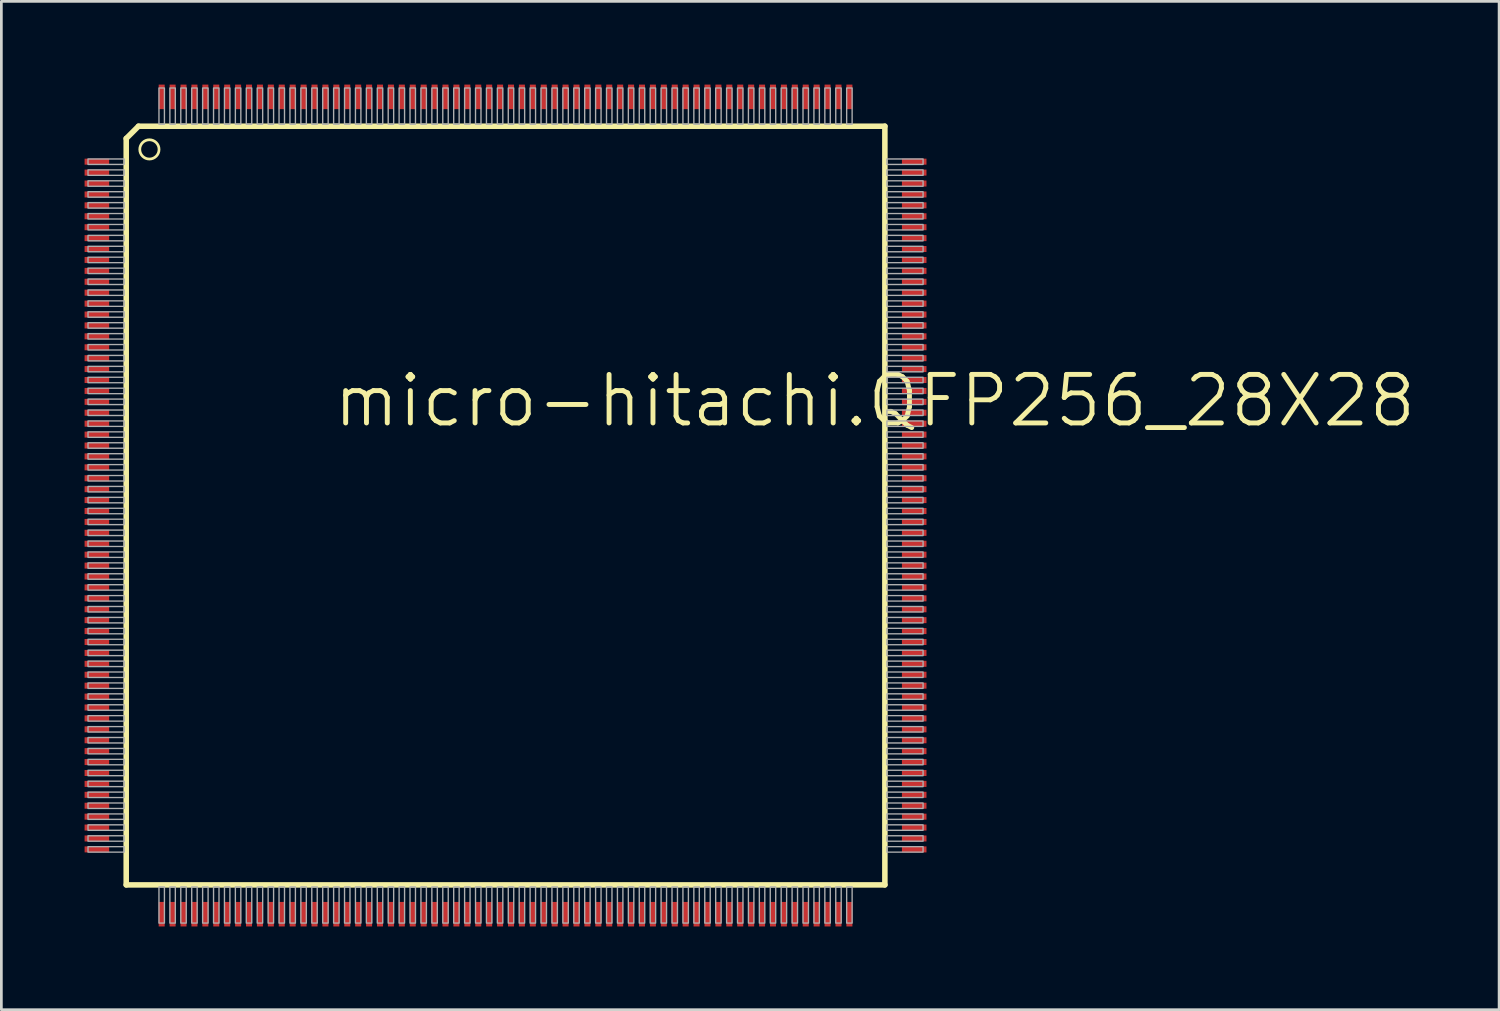
<source format=kicad_pcb>
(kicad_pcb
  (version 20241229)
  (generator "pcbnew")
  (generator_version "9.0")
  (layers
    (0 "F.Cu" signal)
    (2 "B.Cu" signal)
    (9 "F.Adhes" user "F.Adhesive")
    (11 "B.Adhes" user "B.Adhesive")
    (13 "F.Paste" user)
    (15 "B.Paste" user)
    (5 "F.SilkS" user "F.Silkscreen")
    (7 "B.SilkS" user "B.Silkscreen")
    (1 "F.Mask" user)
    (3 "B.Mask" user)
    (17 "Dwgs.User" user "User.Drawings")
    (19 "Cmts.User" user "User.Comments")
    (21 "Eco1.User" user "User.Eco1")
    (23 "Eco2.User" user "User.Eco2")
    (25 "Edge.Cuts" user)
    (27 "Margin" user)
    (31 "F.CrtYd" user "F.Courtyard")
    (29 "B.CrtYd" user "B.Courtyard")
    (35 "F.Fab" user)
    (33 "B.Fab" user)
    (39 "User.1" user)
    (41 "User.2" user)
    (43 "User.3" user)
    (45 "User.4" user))
  (footprint "micro-hitachi.QFP256_28X28"
    (layer "F.Cu")
    (at 15.475 15.475)
    (property "Reference" "micro-hitachi.QFP256_28X28" (at -6.4 -2.8 0) (layer "F.SilkS") (effects (font (size 1.778 1.778) (thickness 0.18)) (justify left bottom)))
    (attr smd)
    (fp_rect (start -15.45 -12.475) (end -14.5 -12.725) (stroke (width 0.05) (type default)) (fill yes) (layer "F.Mask"))
    (fp_rect (start -15.45 -12.075) (end -14.5 -12.325) (stroke (width 0.05) (type default)) (fill yes) (layer "F.Mask"))
    (fp_rect (start -15.45 -11.675) (end -14.5 -11.925) (stroke (width 0.05) (type default)) (fill yes) (layer "F.Mask"))
    (fp_rect (start -15.45 -11.275) (end -14.5 -11.525) (stroke (width 0.05) (type default)) (fill yes) (layer "F.Mask"))
    (fp_rect (start -15.45 -10.875) (end -14.5 -11.125) (stroke (width 0.05) (type default)) (fill yes) (layer "F.Mask"))
    (fp_rect (start -15.45 -10.475) (end -14.5 -10.725) (stroke (width 0.05) (type default)) (fill yes) (layer "F.Mask"))
    (fp_rect (start -15.45 -10.075) (end -14.5 -10.325) (stroke (width 0.05) (type default)) (fill yes) (layer "F.Mask"))
    (fp_rect (start -15.45 -9.675) (end -14.5 -9.925) (stroke (width 0.05) (type default)) (fill yes) (layer "F.Mask"))
    (fp_rect (start -15.45 -9.275) (end -14.5 -9.525) (stroke (width 0.05) (type default)) (fill yes) (layer "F.Mask"))
    (fp_rect (start -15.45 -8.875) (end -14.5 -9.125) (stroke (width 0.05) (type default)) (fill yes) (layer "F.Mask"))
    (fp_rect (start -15.45 -8.475) (end -14.5 -8.725) (stroke (width 0.05) (type default)) (fill yes) (layer "F.Mask"))
    (fp_rect (start -15.45 -8.075) (end -14.5 -8.325) (stroke (width 0.05) (type default)) (fill yes) (layer "F.Mask"))
    (fp_rect (start -15.45 -7.675) (end -14.5 -7.925) (stroke (width 0.05) (type default)) (fill yes) (layer "F.Mask"))
    (fp_rect (start -15.45 -7.275) (end -14.5 -7.525) (stroke (width 0.05) (type default)) (fill yes) (layer "F.Mask"))
    (fp_rect (start -15.45 -6.875) (end -14.5 -7.125) (stroke (width 0.05) (type default)) (fill yes) (layer "F.Mask"))
    (fp_rect (start -15.45 -6.475) (end -14.5 -6.725) (stroke (width 0.05) (type default)) (fill yes) (layer "F.Mask"))
    (fp_rect (start -15.45 -6.075) (end -14.5 -6.325) (stroke (width 0.05) (type default)) (fill yes) (layer "F.Mask"))
    (fp_rect (start -15.45 -5.675) (end -14.5 -5.925) (stroke (width 0.05) (type default)) (fill yes) (layer "F.Mask"))
    (fp_rect (start -15.45 -5.275) (end -14.5 -5.525) (stroke (width 0.05) (type default)) (fill yes) (layer "F.Mask"))
    (fp_rect (start -15.45 -4.875) (end -14.5 -5.125) (stroke (width 0.05) (type default)) (fill yes) (layer "F.Mask"))
    (fp_rect (start -15.45 -4.475) (end -14.5 -4.725) (stroke (width 0.05) (type default)) (fill yes) (layer "F.Mask"))
    (fp_rect (start -15.45 -4.075) (end -14.5 -4.325) (stroke (width 0.05) (type default)) (fill yes) (layer "F.Mask"))
    (fp_rect (start -15.45 -3.675) (end -14.5 -3.925) (stroke (width 0.05) (type default)) (fill yes) (layer "F.Mask"))
    (fp_rect (start -15.45 -3.275) (end -14.5 -3.525) (stroke (width 0.05) (type default)) (fill yes) (layer "F.Mask"))
    (fp_rect (start -15.45 -2.875) (end -14.5 -3.125) (stroke (width 0.05) (type default)) (fill yes) (layer "F.Mask"))
    (fp_rect (start -15.45 -2.475) (end -14.5 -2.725) (stroke (width 0.05) (type default)) (fill yes) (layer "F.Mask"))
    (fp_rect (start -15.45 -2.075) (end -14.5 -2.325) (stroke (width 0.05) (type default)) (fill yes) (layer "F.Mask"))
    (fp_rect (start -15.45 -1.675) (end -14.5 -1.925) (stroke (width 0.05) (type default)) (fill yes) (layer "F.Mask"))
    (fp_rect (start -15.45 -1.275) (end -14.5 -1.525) (stroke (width 0.05) (type default)) (fill yes) (layer "F.Mask"))
    (fp_rect (start -15.45 -0.875) (end -14.5 -1.125) (stroke (width 0.05) (type default)) (fill yes) (layer "F.Mask"))
    (fp_rect (start -15.45 -0.475) (end -14.5 -0.725) (stroke (width 0.05) (type default)) (fill yes) (layer "F.Mask"))
    (fp_rect (start -15.45 -0.075) (end -14.5 -0.325) (stroke (width 0.05) (type default)) (fill yes) (layer "F.Mask"))
    (fp_rect (start -15.45 0.325) (end -14.5 0.075) (stroke (width 0.05) (type default)) (fill yes) (layer "F.Mask"))
    (fp_rect (start -15.45 0.725) (end -14.5 0.475) (stroke (width 0.05) (type default)) (fill yes) (layer "F.Mask"))
    (fp_rect (start -15.45 1.125) (end -14.5 0.875) (stroke (width 0.05) (type default)) (fill yes) (layer "F.Mask"))
    (fp_rect (start -15.45 1.525) (end -14.5 1.275) (stroke (width 0.05) (type default)) (fill yes) (layer "F.Mask"))
    (fp_rect (start -15.45 1.925) (end -14.5 1.675) (stroke (width 0.05) (type default)) (fill yes) (layer "F.Mask"))
    (fp_rect (start -15.45 2.325) (end -14.5 2.075) (stroke (width 0.05) (type default)) (fill yes) (layer "F.Mask"))
    (fp_rect (start -15.45 2.725) (end -14.5 2.475) (stroke (width 0.05) (type default)) (fill yes) (layer "F.Mask"))
    (fp_rect (start -15.45 3.125) (end -14.5 2.875) (stroke (width 0.05) (type default)) (fill yes) (layer "F.Mask"))
    (fp_rect (start -15.45 3.525) (end -14.5 3.275) (stroke (width 0.05) (type default)) (fill yes) (layer "F.Mask"))
    (fp_rect (start -15.45 3.925) (end -14.5 3.675) (stroke (width 0.05) (type default)) (fill yes) (layer "F.Mask"))
    (fp_rect (start -15.45 4.325) (end -14.5 4.075) (stroke (width 0.05) (type default)) (fill yes) (layer "F.Mask"))
    (fp_rect (start -15.45 4.725) (end -14.5 4.475) (stroke (width 0.05) (type default)) (fill yes) (layer "F.Mask"))
    (fp_rect (start -15.45 5.125) (end -14.5 4.875) (stroke (width 0.05) (type default)) (fill yes) (layer "F.Mask"))
    (fp_rect (start -15.45 5.525) (end -14.5 5.275) (stroke (width 0.05) (type default)) (fill yes) (layer "F.Mask"))
    (fp_rect (start -15.45 5.925) (end -14.5 5.675) (stroke (width 0.05) (type default)) (fill yes) (layer "F.Mask"))
    (fp_rect (start -15.45 6.325) (end -14.5 6.075) (stroke (width 0.05) (type default)) (fill yes) (layer "F.Mask"))
    (fp_rect (start -15.45 6.725) (end -14.5 6.475) (stroke (width 0.05) (type default)) (fill yes) (layer "F.Mask"))
    (fp_rect (start -15.45 7.125) (end -14.5 6.875) (stroke (width 0.05) (type default)) (fill yes) (layer "F.Mask"))
    (fp_rect (start -15.45 7.525) (end -14.5 7.275) (stroke (width 0.05) (type default)) (fill yes) (layer "F.Mask"))
    (fp_rect (start -15.45 7.925) (end -14.5 7.675) (stroke (width 0.05) (type default)) (fill yes) (layer "F.Mask"))
    (fp_rect (start -15.45 8.325) (end -14.5 8.075) (stroke (width 0.05) (type default)) (fill yes) (layer "F.Mask"))
    (fp_rect (start -15.45 8.725) (end -14.5 8.475) (stroke (width 0.05) (type default)) (fill yes) (layer "F.Mask"))
    (fp_rect (start -15.45 9.125) (end -14.5 8.875) (stroke (width 0.05) (type default)) (fill yes) (layer "F.Mask"))
    (fp_rect (start -15.45 9.525) (end -14.5 9.275) (stroke (width 0.05) (type default)) (fill yes) (layer "F.Mask"))
    (fp_rect (start -15.45 9.925) (end -14.5 9.675) (stroke (width 0.05) (type default)) (fill yes) (layer "F.Mask"))
    (fp_rect (start -15.45 10.325) (end -14.5 10.075) (stroke (width 0.05) (type default)) (fill yes) (layer "F.Mask"))
    (fp_rect (start -15.45 10.725) (end -14.5 10.475) (stroke (width 0.05) (type default)) (fill yes) (layer "F.Mask"))
    (fp_rect (start -15.45 11.125) (end -14.5 10.875) (stroke (width 0.05) (type default)) (fill yes) (layer "F.Mask"))
    (fp_rect (start -15.45 11.525) (end -14.5 11.275) (stroke (width 0.05) (type default)) (fill yes) (layer "F.Mask"))
    (fp_rect (start -15.45 11.925) (end -14.5 11.675) (stroke (width 0.05) (type default)) (fill yes) (layer "F.Mask"))
    (fp_rect (start -15.45 12.325) (end -14.5 12.075) (stroke (width 0.05) (type default)) (fill yes) (layer "F.Mask"))
    (fp_rect (start -15.45 12.725) (end -14.5 12.475) (stroke (width 0.05) (type default)) (fill yes) (layer "F.Mask"))
    (fp_rect (start -12.725 -14.5) (end -12.475 -15.45) (stroke (width 0.05) (type default)) (fill yes) (layer "F.Mask"))
    (fp_rect (start -12.725 15.45) (end -12.475 14.5) (stroke (width 0.05) (type default)) (fill yes) (layer "F.Mask"))
    (fp_rect (start -12.325 -14.5) (end -12.075 -15.45) (stroke (width 0.05) (type default)) (fill yes) (layer "F.Mask"))
    (fp_rect (start -12.325 15.45) (end -12.075 14.5) (stroke (width 0.05) (type default)) (fill yes) (layer "F.Mask"))
    (fp_rect (start -11.925 -14.5) (end -11.675 -15.45) (stroke (width 0.05) (type default)) (fill yes) (layer "F.Mask"))
    (fp_rect (start -11.925 15.45) (end -11.675 14.5) (stroke (width 0.05) (type default)) (fill yes) (layer "F.Mask"))
    (fp_rect (start -11.525 -14.5) (end -11.275 -15.45) (stroke (width 0.05) (type default)) (fill yes) (layer "F.Mask"))
    (fp_rect (start -11.525 15.45) (end -11.275 14.5) (stroke (width 0.05) (type default)) (fill yes) (layer "F.Mask"))
    (fp_rect (start -11.125 -14.5) (end -10.875 -15.45) (stroke (width 0.05) (type default)) (fill yes) (layer "F.Mask"))
    (fp_rect (start -11.125 15.45) (end -10.875 14.5) (stroke (width 0.05) (type default)) (fill yes) (layer "F.Mask"))
    (fp_rect (start -10.725 -14.5) (end -10.475 -15.45) (stroke (width 0.05) (type default)) (fill yes) (layer "F.Mask"))
    (fp_rect (start -10.725 15.45) (end -10.475 14.5) (stroke (width 0.05) (type default)) (fill yes) (layer "F.Mask"))
    (fp_rect (start -10.325 -14.5) (end -10.075 -15.45) (stroke (width 0.05) (type default)) (fill yes) (layer "F.Mask"))
    (fp_rect (start -10.325 15.45) (end -10.075 14.5) (stroke (width 0.05) (type default)) (fill yes) (layer "F.Mask"))
    (fp_rect (start -9.925 -14.5) (end -9.675 -15.45) (stroke (width 0.05) (type default)) (fill yes) (layer "F.Mask"))
    (fp_rect (start -9.925 15.45) (end -9.675 14.5) (stroke (width 0.05) (type default)) (fill yes) (layer "F.Mask"))
    (fp_rect (start -9.525 -14.5) (end -9.275 -15.45) (stroke (width 0.05) (type default)) (fill yes) (layer "F.Mask"))
    (fp_rect (start -9.525 15.45) (end -9.275 14.5) (stroke (width 0.05) (type default)) (fill yes) (layer "F.Mask"))
    (fp_rect (start -9.125 -14.5) (end -8.875 -15.45) (stroke (width 0.05) (type default)) (fill yes) (layer "F.Mask"))
    (fp_rect (start -9.125 15.45) (end -8.875 14.5) (stroke (width 0.05) (type default)) (fill yes) (layer "F.Mask"))
    (fp_rect (start -8.725 -14.5) (end -8.475 -15.45) (stroke (width 0.05) (type default)) (fill yes) (layer "F.Mask"))
    (fp_rect (start -8.725 15.45) (end -8.475 14.5) (stroke (width 0.05) (type default)) (fill yes) (layer "F.Mask"))
    (fp_rect (start -8.325 -14.5) (end -8.075 -15.45) (stroke (width 0.05) (type default)) (fill yes) (layer "F.Mask"))
    (fp_rect (start -8.325 15.45) (end -8.075 14.5) (stroke (width 0.05) (type default)) (fill yes) (layer "F.Mask"))
    (fp_rect (start -7.925 -14.5) (end -7.675 -15.45) (stroke (width 0.05) (type default)) (fill yes) (layer "F.Mask"))
    (fp_rect (start -7.925 15.45) (end -7.675 14.5) (stroke (width 0.05) (type default)) (fill yes) (layer "F.Mask"))
    (fp_rect (start -7.525 -14.5) (end -7.275 -15.45) (stroke (width 0.05) (type default)) (fill yes) (layer "F.Mask"))
    (fp_rect (start -7.525 15.45) (end -7.275 14.5) (stroke (width 0.05) (type default)) (fill yes) (layer "F.Mask"))
    (fp_rect (start -7.125 -14.5) (end -6.875 -15.45) (stroke (width 0.05) (type default)) (fill yes) (layer "F.Mask"))
    (fp_rect (start -7.125 15.45) (end -6.875 14.5) (stroke (width 0.05) (type default)) (fill yes) (layer "F.Mask"))
    (fp_rect (start -6.725 -14.5) (end -6.475 -15.45) (stroke (width 0.05) (type default)) (fill yes) (layer "F.Mask"))
    (fp_rect (start -6.725 15.45) (end -6.475 14.5) (stroke (width 0.05) (type default)) (fill yes) (layer "F.Mask"))
    (fp_rect (start -6.325 -14.5) (end -6.075 -15.45) (stroke (width 0.05) (type default)) (fill yes) (layer "F.Mask"))
    (fp_rect (start -6.325 15.45) (end -6.075 14.5) (stroke (width 0.05) (type default)) (fill yes) (layer "F.Mask"))
    (fp_rect (start -5.925 -14.5) (end -5.675 -15.45) (stroke (width 0.05) (type default)) (fill yes) (layer "F.Mask"))
    (fp_rect (start -5.925 15.45) (end -5.675 14.5) (stroke (width 0.05) (type default)) (fill yes) (layer "F.Mask"))
    (fp_rect (start -5.525 -14.5) (end -5.275 -15.45) (stroke (width 0.05) (type default)) (fill yes) (layer "F.Mask"))
    (fp_rect (start -5.525 15.45) (end -5.275 14.5) (stroke (width 0.05) (type default)) (fill yes) (layer "F.Mask"))
    (fp_rect (start -5.125 -14.5) (end -4.875 -15.45) (stroke (width 0.05) (type default)) (fill yes) (layer "F.Mask"))
    (fp_rect (start -5.125 15.45) (end -4.875 14.5) (stroke (width 0.05) (type default)) (fill yes) (layer "F.Mask"))
    (fp_rect (start -4.725 -14.5) (end -4.475 -15.45) (stroke (width 0.05) (type default)) (fill yes) (layer "F.Mask"))
    (fp_rect (start -4.725 15.45) (end -4.475 14.5) (stroke (width 0.05) (type default)) (fill yes) (layer "F.Mask"))
    (fp_rect (start -4.325 -14.5) (end -4.075 -15.45) (stroke (width 0.05) (type default)) (fill yes) (layer "F.Mask"))
    (fp_rect (start -4.325 15.45) (end -4.075 14.5) (stroke (width 0.05) (type default)) (fill yes) (layer "F.Mask"))
    (fp_rect (start -3.925 -14.5) (end -3.675 -15.45) (stroke (width 0.05) (type default)) (fill yes) (layer "F.Mask"))
    (fp_rect (start -3.925 15.45) (end -3.675 14.5) (stroke (width 0.05) (type default)) (fill yes) (layer "F.Mask"))
    (fp_rect (start -3.525 -14.5) (end -3.275 -15.45) (stroke (width 0.05) (type default)) (fill yes) (layer "F.Mask"))
    (fp_rect (start -3.525 15.45) (end -3.275 14.5) (stroke (width 0.05) (type default)) (fill yes) (layer "F.Mask"))
    (fp_rect (start -3.125 -14.5) (end -2.875 -15.45) (stroke (width 0.05) (type default)) (fill yes) (layer "F.Mask"))
    (fp_rect (start -3.125 15.45) (end -2.875 14.5) (stroke (width 0.05) (type default)) (fill yes) (layer "F.Mask"))
    (fp_rect (start -2.725 -14.5) (end -2.475 -15.45) (stroke (width 0.05) (type default)) (fill yes) (layer "F.Mask"))
    (fp_rect (start -2.725 15.45) (end -2.475 14.5) (stroke (width 0.05) (type default)) (fill yes) (layer "F.Mask"))
    (fp_rect (start -2.325 -14.5) (end -2.075 -15.45) (stroke (width 0.05) (type default)) (fill yes) (layer "F.Mask"))
    (fp_rect (start -2.325 15.45) (end -2.075 14.5) (stroke (width 0.05) (type default)) (fill yes) (layer "F.Mask"))
    (fp_rect (start -1.925 -14.5) (end -1.675 -15.45) (stroke (width 0.05) (type default)) (fill yes) (layer "F.Mask"))
    (fp_rect (start -1.925 15.45) (end -1.675 14.5) (stroke (width 0.05) (type default)) (fill yes) (layer "F.Mask"))
    (fp_rect (start -1.525 -14.5) (end -1.275 -15.45) (stroke (width 0.05) (type default)) (fill yes) (layer "F.Mask"))
    (fp_rect (start -1.525 15.45) (end -1.275 14.5) (stroke (width 0.05) (type default)) (fill yes) (layer "F.Mask"))
    (fp_rect (start -1.125 -14.5) (end -0.875 -15.45) (stroke (width 0.05) (type default)) (fill yes) (layer "F.Mask"))
    (fp_rect (start -1.125 15.45) (end -0.875 14.5) (stroke (width 0.05) (type default)) (fill yes) (layer "F.Mask"))
    (fp_rect (start -0.725 -14.5) (end -0.475 -15.45) (stroke (width 0.05) (type default)) (fill yes) (layer "F.Mask"))
    (fp_rect (start -0.725 15.45) (end -0.475 14.5) (stroke (width 0.05) (type default)) (fill yes) (layer "F.Mask"))
    (fp_rect (start -0.325 -14.5) (end -0.075 -15.45) (stroke (width 0.05) (type default)) (fill yes) (layer "F.Mask"))
    (fp_rect (start -0.325 15.45) (end -0.075 14.5) (stroke (width 0.05) (type default)) (fill yes) (layer "F.Mask"))
    (fp_rect (start 0.075 -14.5) (end 0.325 -15.45) (stroke (width 0.05) (type default)) (fill yes) (layer "F.Mask"))
    (fp_rect (start 0.075 15.45) (end 0.325 14.5) (stroke (width 0.05) (type default)) (fill yes) (layer "F.Mask"))
    (fp_rect (start 0.475 -14.5) (end 0.725 -15.45) (stroke (width 0.05) (type default)) (fill yes) (layer "F.Mask"))
    (fp_rect (start 0.475 15.45) (end 0.725 14.5) (stroke (width 0.05) (type default)) (fill yes) (layer "F.Mask"))
    (fp_rect (start 0.875 -14.5) (end 1.125 -15.45) (stroke (width 0.05) (type default)) (fill yes) (layer "F.Mask"))
    (fp_rect (start 0.875 15.45) (end 1.125 14.5) (stroke (width 0.05) (type default)) (fill yes) (layer "F.Mask"))
    (fp_rect (start 1.275 -14.5) (end 1.525 -15.45) (stroke (width 0.05) (type default)) (fill yes) (layer "F.Mask"))
    (fp_rect (start 1.275 15.45) (end 1.525 14.5) (stroke (width 0.05) (type default)) (fill yes) (layer "F.Mask"))
    (fp_rect (start 1.675 -14.5) (end 1.925 -15.45) (stroke (width 0.05) (type default)) (fill yes) (layer "F.Mask"))
    (fp_rect (start 1.675 15.45) (end 1.925 14.5) (stroke (width 0.05) (type default)) (fill yes) (layer "F.Mask"))
    (fp_rect (start 2.075 -14.5) (end 2.325 -15.45) (stroke (width 0.05) (type default)) (fill yes) (layer "F.Mask"))
    (fp_rect (start 2.075 15.45) (end 2.325 14.5) (stroke (width 0.05) (type default)) (fill yes) (layer "F.Mask"))
    (fp_rect (start 2.475 -14.5) (end 2.725 -15.45) (stroke (width 0.05) (type default)) (fill yes) (layer "F.Mask"))
    (fp_rect (start 2.475 15.45) (end 2.725 14.5) (stroke (width 0.05) (type default)) (fill yes) (layer "F.Mask"))
    (fp_rect (start 2.875 -14.5) (end 3.125 -15.45) (stroke (width 0.05) (type default)) (fill yes) (layer "F.Mask"))
    (fp_rect (start 2.875 15.45) (end 3.125 14.5) (stroke (width 0.05) (type default)) (fill yes) (layer "F.Mask"))
    (fp_rect (start 3.275 -14.5) (end 3.525 -15.45) (stroke (width 0.05) (type default)) (fill yes) (layer "F.Mask"))
    (fp_rect (start 3.275 15.45) (end 3.525 14.5) (stroke (width 0.05) (type default)) (fill yes) (layer "F.Mask"))
    (fp_rect (start 3.675 -14.5) (end 3.925 -15.45) (stroke (width 0.05) (type default)) (fill yes) (layer "F.Mask"))
    (fp_rect (start 3.675 15.45) (end 3.925 14.5) (stroke (width 0.05) (type default)) (fill yes) (layer "F.Mask"))
    (fp_rect (start 4.075 -14.5) (end 4.325 -15.45) (stroke (width 0.05) (type default)) (fill yes) (layer "F.Mask"))
    (fp_rect (start 4.075 15.45) (end 4.325 14.5) (stroke (width 0.05) (type default)) (fill yes) (layer "F.Mask"))
    (fp_rect (start 4.475 -14.5) (end 4.725 -15.45) (stroke (width 0.05) (type default)) (fill yes) (layer "F.Mask"))
    (fp_rect (start 4.475 15.45) (end 4.725 14.5) (stroke (width 0.05) (type default)) (fill yes) (layer "F.Mask"))
    (fp_rect (start 4.875 -14.5) (end 5.125 -15.45) (stroke (width 0.05) (type default)) (fill yes) (layer "F.Mask"))
    (fp_rect (start 4.875 15.45) (end 5.125 14.5) (stroke (width 0.05) (type default)) (fill yes) (layer "F.Mask"))
    (fp_rect (start 5.275 -14.5) (end 5.525 -15.45) (stroke (width 0.05) (type default)) (fill yes) (layer "F.Mask"))
    (fp_rect (start 5.275 15.45) (end 5.525 14.5) (stroke (width 0.05) (type default)) (fill yes) (layer "F.Mask"))
    (fp_rect (start 5.675 -14.5) (end 5.925 -15.45) (stroke (width 0.05) (type default)) (fill yes) (layer "F.Mask"))
    (fp_rect (start 5.675 15.45) (end 5.925 14.5) (stroke (width 0.05) (type default)) (fill yes) (layer "F.Mask"))
    (fp_rect (start 6.075 -14.5) (end 6.325 -15.45) (stroke (width 0.05) (type default)) (fill yes) (layer "F.Mask"))
    (fp_rect (start 6.075 15.45) (end 6.325 14.5) (stroke (width 0.05) (type default)) (fill yes) (layer "F.Mask"))
    (fp_rect (start 6.475 -14.5) (end 6.725 -15.45) (stroke (width 0.05) (type default)) (fill yes) (layer "F.Mask"))
    (fp_rect (start 6.475 15.45) (end 6.725 14.5) (stroke (width 0.05) (type default)) (fill yes) (layer "F.Mask"))
    (fp_rect (start 6.875 -14.5) (end 7.125 -15.45) (stroke (width 0.05) (type default)) (fill yes) (layer "F.Mask"))
    (fp_rect (start 6.875 15.45) (end 7.125 14.5) (stroke (width 0.05) (type default)) (fill yes) (layer "F.Mask"))
    (fp_rect (start 7.275 -14.5) (end 7.525 -15.45) (stroke (width 0.05) (type default)) (fill yes) (layer "F.Mask"))
    (fp_rect (start 7.275 15.45) (end 7.525 14.5) (stroke (width 0.05) (type default)) (fill yes) (layer "F.Mask"))
    (fp_rect (start 7.675 -14.5) (end 7.925 -15.45) (stroke (width 0.05) (type default)) (fill yes) (layer "F.Mask"))
    (fp_rect (start 7.675 15.45) (end 7.925 14.5) (stroke (width 0.05) (type default)) (fill yes) (layer "F.Mask"))
    (fp_rect (start 8.075 -14.5) (end 8.325 -15.45) (stroke (width 0.05) (type default)) (fill yes) (layer "F.Mask"))
    (fp_rect (start 8.075 15.45) (end 8.325 14.5) (stroke (width 0.05) (type default)) (fill yes) (layer "F.Mask"))
    (fp_rect (start 8.475 -14.5) (end 8.725 -15.45) (stroke (width 0.05) (type default)) (fill yes) (layer "F.Mask"))
    (fp_rect (start 8.475 15.45) (end 8.725 14.5) (stroke (width 0.05) (type default)) (fill yes) (layer "F.Mask"))
    (fp_rect (start 8.875 -14.5) (end 9.125 -15.45) (stroke (width 0.05) (type default)) (fill yes) (layer "F.Mask"))
    (fp_rect (start 8.875 15.45) (end 9.125 14.5) (stroke (width 0.05) (type default)) (fill yes) (layer "F.Mask"))
    (fp_rect (start 9.275 -14.5) (end 9.525 -15.45) (stroke (width 0.05) (type default)) (fill yes) (layer "F.Mask"))
    (fp_rect (start 9.275 15.45) (end 9.525 14.5) (stroke (width 0.05) (type default)) (fill yes) (layer "F.Mask"))
    (fp_rect (start 9.675 -14.5) (end 9.925 -15.45) (stroke (width 0.05) (type default)) (fill yes) (layer "F.Mask"))
    (fp_rect (start 9.675 15.45) (end 9.925 14.5) (stroke (width 0.05) (type default)) (fill yes) (layer "F.Mask"))
    (fp_rect (start 10.075 -14.5) (end 10.325 -15.45) (stroke (width 0.05) (type default)) (fill yes) (layer "F.Mask"))
    (fp_rect (start 10.075 15.45) (end 10.325 14.5) (stroke (width 0.05) (type default)) (fill yes) (layer "F.Mask"))
    (fp_rect (start 10.475 -14.5) (end 10.725 -15.45) (stroke (width 0.05) (type default)) (fill yes) (layer "F.Mask"))
    (fp_rect (start 10.475 15.45) (end 10.725 14.5) (stroke (width 0.05) (type default)) (fill yes) (layer "F.Mask"))
    (fp_rect (start 10.875 -14.5) (end 11.125 -15.45) (stroke (width 0.05) (type default)) (fill yes) (layer "F.Mask"))
    (fp_rect (start 10.875 15.45) (end 11.125 14.5) (stroke (width 0.05) (type default)) (fill yes) (layer "F.Mask"))
    (fp_rect (start 11.275 -14.5) (end 11.525 -15.45) (stroke (width 0.05) (type default)) (fill yes) (layer "F.Mask"))
    (fp_rect (start 11.275 15.45) (end 11.525 14.5) (stroke (width 0.05) (type default)) (fill yes) (layer "F.Mask"))
    (fp_rect (start 11.675 -14.5) (end 11.925 -15.45) (stroke (width 0.05) (type default)) (fill yes) (layer "F.Mask"))
    (fp_rect (start 11.675 15.45) (end 11.925 14.5) (stroke (width 0.05) (type default)) (fill yes) (layer "F.Mask"))
    (fp_rect (start 12.075 -14.5) (end 12.325 -15.45) (stroke (width 0.05) (type default)) (fill yes) (layer "F.Mask"))
    (fp_rect (start 12.075 15.45) (end 12.325 14.5) (stroke (width 0.05) (type default)) (fill yes) (layer "F.Mask"))
    (fp_rect (start 12.475 -14.5) (end 12.725 -15.45) (stroke (width 0.05) (type default)) (fill yes) (layer "F.Mask"))
    (fp_rect (start 12.475 15.45) (end 12.725 14.5) (stroke (width 0.05) (type default)) (fill yes) (layer "F.Mask"))
    (fp_rect (start 14.5 -12.475) (end 15.45 -12.725) (stroke (width 0.05) (type default)) (fill yes) (layer "F.Mask"))
    (fp_rect (start 14.5 -12.075) (end 15.45 -12.325) (stroke (width 0.05) (type default)) (fill yes) (layer "F.Mask"))
    (fp_rect (start 14.5 -11.675) (end 15.45 -11.925) (stroke (width 0.05) (type default)) (fill yes) (layer "F.Mask"))
    (fp_rect (start 14.5 -11.275) (end 15.45 -11.525) (stroke (width 0.05) (type default)) (fill yes) (layer "F.Mask"))
    (fp_rect (start 14.5 -10.875) (end 15.45 -11.125) (stroke (width 0.05) (type default)) (fill yes) (layer "F.Mask"))
    (fp_rect (start 14.5 -10.475) (end 15.45 -10.725) (stroke (width 0.05) (type default)) (fill yes) (layer "F.Mask"))
    (fp_rect (start 14.5 -10.075) (end 15.45 -10.325) (stroke (width 0.05) (type default)) (fill yes) (layer "F.Mask"))
    (fp_rect (start 14.5 -9.675) (end 15.45 -9.925) (stroke (width 0.05) (type default)) (fill yes) (layer "F.Mask"))
    (fp_rect (start 14.5 -9.275) (end 15.45 -9.525) (stroke (width 0.05) (type default)) (fill yes) (layer "F.Mask"))
    (fp_rect (start 14.5 -8.875) (end 15.45 -9.125) (stroke (width 0.05) (type default)) (fill yes) (layer "F.Mask"))
    (fp_rect (start 14.5 -8.475) (end 15.45 -8.725) (stroke (width 0.05) (type default)) (fill yes) (layer "F.Mask"))
    (fp_rect (start 14.5 -8.075) (end 15.45 -8.325) (stroke (width 0.05) (type default)) (fill yes) (layer "F.Mask"))
    (fp_rect (start 14.5 -7.675) (end 15.45 -7.925) (stroke (width 0.05) (type default)) (fill yes) (layer "F.Mask"))
    (fp_rect (start 14.5 -7.275) (end 15.45 -7.525) (stroke (width 0.05) (type default)) (fill yes) (layer "F.Mask"))
    (fp_rect (start 14.5 -6.875) (end 15.45 -7.125) (stroke (width 0.05) (type default)) (fill yes) (layer "F.Mask"))
    (fp_rect (start 14.5 -6.475) (end 15.45 -6.725) (stroke (width 0.05) (type default)) (fill yes) (layer "F.Mask"))
    (fp_rect (start 14.5 -6.075) (end 15.45 -6.325) (stroke (width 0.05) (type default)) (fill yes) (layer "F.Mask"))
    (fp_rect (start 14.5 -5.675) (end 15.45 -5.925) (stroke (width 0.05) (type default)) (fill yes) (layer "F.Mask"))
    (fp_rect (start 14.5 -5.275) (end 15.45 -5.525) (stroke (width 0.05) (type default)) (fill yes) (layer "F.Mask"))
    (fp_rect (start 14.5 -4.875) (end 15.45 -5.125) (stroke (width 0.05) (type default)) (fill yes) (layer "F.Mask"))
    (fp_rect (start 14.5 -4.475) (end 15.45 -4.725) (stroke (width 0.05) (type default)) (fill yes) (layer "F.Mask"))
    (fp_rect (start 14.5 -4.075) (end 15.45 -4.325) (stroke (width 0.05) (type default)) (fill yes) (layer "F.Mask"))
    (fp_rect (start 14.5 -3.675) (end 15.45 -3.925) (stroke (width 0.05) (type default)) (fill yes) (layer "F.Mask"))
    (fp_rect (start 14.5 -3.275) (end 15.45 -3.525) (stroke (width 0.05) (type default)) (fill yes) (layer "F.Mask"))
    (fp_rect (start 14.5 -2.875) (end 15.45 -3.125) (stroke (width 0.05) (type default)) (fill yes) (layer "F.Mask"))
    (fp_rect (start 14.5 -2.475) (end 15.45 -2.725) (stroke (width 0.05) (type default)) (fill yes) (layer "F.Mask"))
    (fp_rect (start 14.5 -2.075) (end 15.45 -2.325) (stroke (width 0.05) (type default)) (fill yes) (layer "F.Mask"))
    (fp_rect (start 14.5 -1.675) (end 15.45 -1.925) (stroke (width 0.05) (type default)) (fill yes) (layer "F.Mask"))
    (fp_rect (start 14.5 -1.275) (end 15.45 -1.525) (stroke (width 0.05) (type default)) (fill yes) (layer "F.Mask"))
    (fp_rect (start 14.5 -0.875) (end 15.45 -1.125) (stroke (width 0.05) (type default)) (fill yes) (layer "F.Mask"))
    (fp_rect (start 14.5 -0.475) (end 15.45 -0.725) (stroke (width 0.05) (type default)) (fill yes) (layer "F.Mask"))
    (fp_rect (start 14.5 -0.075) (end 15.45 -0.325) (stroke (width 0.05) (type default)) (fill yes) (layer "F.Mask"))
    (fp_rect (start 14.5 0.325) (end 15.45 0.075) (stroke (width 0.05) (type default)) (fill yes) (layer "F.Mask"))
    (fp_rect (start 14.5 0.725) (end 15.45 0.475) (stroke (width 0.05) (type default)) (fill yes) (layer "F.Mask"))
    (fp_rect (start 14.5 1.125) (end 15.45 0.875) (stroke (width 0.05) (type default)) (fill yes) (layer "F.Mask"))
    (fp_rect (start 14.5 1.525) (end 15.45 1.275) (stroke (width 0.05) (type default)) (fill yes) (layer "F.Mask"))
    (fp_rect (start 14.5 1.925) (end 15.45 1.675) (stroke (width 0.05) (type default)) (fill yes) (layer "F.Mask"))
    (fp_rect (start 14.5 2.325) (end 15.45 2.075) (stroke (width 0.05) (type default)) (fill yes) (layer "F.Mask"))
    (fp_rect (start 14.5 2.725) (end 15.45 2.475) (stroke (width 0.05) (type default)) (fill yes) (layer "F.Mask"))
    (fp_rect (start 14.5 3.125) (end 15.45 2.875) (stroke (width 0.05) (type default)) (fill yes) (layer "F.Mask"))
    (fp_rect (start 14.5 3.525) (end 15.45 3.275) (stroke (width 0.05) (type default)) (fill yes) (layer "F.Mask"))
    (fp_rect (start 14.5 3.925) (end 15.45 3.675) (stroke (width 0.05) (type default)) (fill yes) (layer "F.Mask"))
    (fp_rect (start 14.5 4.325) (end 15.45 4.075) (stroke (width 0.05) (type default)) (fill yes) (layer "F.Mask"))
    (fp_rect (start 14.5 4.725) (end 15.45 4.475) (stroke (width 0.05) (type default)) (fill yes) (layer "F.Mask"))
    (fp_rect (start 14.5 5.125) (end 15.45 4.875) (stroke (width 0.05) (type default)) (fill yes) (layer "F.Mask"))
    (fp_rect (start 14.5 5.525) (end 15.45 5.275) (stroke (width 0.05) (type default)) (fill yes) (layer "F.Mask"))
    (fp_rect (start 14.5 5.925) (end 15.45 5.675) (stroke (width 0.05) (type default)) (fill yes) (layer "F.Mask"))
    (fp_rect (start 14.5 6.325) (end 15.45 6.075) (stroke (width 0.05) (type default)) (fill yes) (layer "F.Mask"))
    (fp_rect (start 14.5 6.725) (end 15.45 6.475) (stroke (width 0.05) (type default)) (fill yes) (layer "F.Mask"))
    (fp_rect (start 14.5 7.125) (end 15.45 6.875) (stroke (width 0.05) (type default)) (fill yes) (layer "F.Mask"))
    (fp_rect (start 14.5 7.525) (end 15.45 7.275) (stroke (width 0.05) (type default)) (fill yes) (layer "F.Mask"))
    (fp_rect (start 14.5 7.925) (end 15.45 7.675) (stroke (width 0.05) (type default)) (fill yes) (layer "F.Mask"))
    (fp_rect (start 14.5 8.325) (end 15.45 8.075) (stroke (width 0.05) (type default)) (fill yes) (layer "F.Mask"))
    (fp_rect (start 14.5 8.725) (end 15.45 8.475) (stroke (width 0.05) (type default)) (fill yes) (layer "F.Mask"))
    (fp_rect (start 14.5 9.125) (end 15.45 8.875) (stroke (width 0.05) (type default)) (fill yes) (layer "F.Mask"))
    (fp_rect (start 14.5 9.525) (end 15.45 9.275) (stroke (width 0.05) (type default)) (fill yes) (layer "F.Mask"))
    (fp_rect (start 14.5 9.925) (end 15.45 9.675) (stroke (width 0.05) (type default)) (fill yes) (layer "F.Mask"))
    (fp_rect (start 14.5 10.325) (end 15.45 10.075) (stroke (width 0.05) (type default)) (fill yes) (layer "F.Mask"))
    (fp_rect (start 14.5 10.725) (end 15.45 10.475) (stroke (width 0.05) (type default)) (fill yes) (layer "F.Mask"))
    (fp_rect (start 14.5 11.125) (end 15.45 10.875) (stroke (width 0.05) (type default)) (fill yes) (layer "F.Mask"))
    (fp_rect (start 14.5 11.525) (end 15.45 11.275) (stroke (width 0.05) (type default)) (fill yes) (layer "F.Mask"))
    (fp_rect (start 14.5 11.925) (end 15.45 11.675) (stroke (width 0.05) (type default)) (fill yes) (layer "F.Mask"))
    (fp_rect (start 14.5 12.325) (end 15.45 12.075) (stroke (width 0.05) (type default)) (fill yes) (layer "F.Mask"))
    (fp_rect (start 14.5 12.725) (end 15.45 12.475) (stroke (width 0.05) (type default)) (fill yes) (layer "F.Mask"))
    (fp_line (start -13.9 -13.45) (end -13.45 -13.9) (stroke (width 0.203) (type default)) (layer "F.SilkS"))
    (fp_line (start -13.9 13.9) (end -13.9 -13.45) (stroke (width 0.203) (type default)) (layer "F.SilkS"))
    (fp_line (start -13.45 -13.9) (end 13.9 -13.9) (stroke (width 0.203) (type default)) (layer "F.SilkS"))
    (fp_line (start 13.9 -13.9) (end 13.9 13.9) (stroke (width 0.203) (type default)) (layer "F.SilkS"))
    (fp_line (start 13.9 13.9) (end -13.9 13.9) (stroke (width 0.203) (type default)) (layer "F.SilkS"))
    (fp_circle (center -13.05 -13.05) (end -12.697 -13.05) (stroke (width 0.1) (type default)) (fill no) (layer "F.SilkS"))
    (fp_rect (start -15.3 -12.5) (end -13.975 -12.7) (stroke (width 0.05) (type default)) (fill no) (layer "F.Fab"))
    (fp_rect (start -15.3 -12.1) (end -13.975 -12.3) (stroke (width 0.05) (type default)) (fill no) (layer "F.Fab"))
    (fp_rect (start -15.3 -11.7) (end -13.975 -11.9) (stroke (width 0.05) (type default)) (fill no) (layer "F.Fab"))
    (fp_rect (start -15.3 -11.3) (end -13.975 -11.5) (stroke (width 0.05) (type default)) (fill no) (layer "F.Fab"))
    (fp_rect (start -15.3 -10.9) (end -13.975 -11.1) (stroke (width 0.05) (type default)) (fill no) (layer "F.Fab"))
    (fp_rect (start -15.3 -10.5) (end -13.975 -10.7) (stroke (width 0.05) (type default)) (fill no) (layer "F.Fab"))
    (fp_rect (start -15.3 -10.1) (end -13.975 -10.3) (stroke (width 0.05) (type default)) (fill no) (layer "F.Fab"))
    (fp_rect (start -15.3 -9.7) (end -13.975 -9.9) (stroke (width 0.05) (type default)) (fill no) (layer "F.Fab"))
    (fp_rect (start -15.3 -9.3) (end -13.975 -9.5) (stroke (width 0.05) (type default)) (fill no) (layer "F.Fab"))
    (fp_rect (start -15.3 -8.9) (end -13.975 -9.1) (stroke (width 0.05) (type default)) (fill no) (layer "F.Fab"))
    (fp_rect (start -15.3 -8.5) (end -13.975 -8.7) (stroke (width 0.05) (type default)) (fill no) (layer "F.Fab"))
    (fp_rect (start -15.3 -8.1) (end -13.975 -8.3) (stroke (width 0.05) (type default)) (fill no) (layer "F.Fab"))
    (fp_rect (start -15.3 -7.7) (end -13.975 -7.9) (stroke (width 0.05) (type default)) (fill no) (layer "F.Fab"))
    (fp_rect (start -15.3 -7.3) (end -13.975 -7.5) (stroke (width 0.05) (type default)) (fill no) (layer "F.Fab"))
    (fp_rect (start -15.3 -6.9) (end -13.975 -7.1) (stroke (width 0.05) (type default)) (fill no) (layer "F.Fab"))
    (fp_rect (start -15.3 -6.5) (end -13.975 -6.7) (stroke (width 0.05) (type default)) (fill no) (layer "F.Fab"))
    (fp_rect (start -15.3 -6.1) (end -13.975 -6.3) (stroke (width 0.05) (type default)) (fill no) (layer "F.Fab"))
    (fp_rect (start -15.3 -5.7) (end -13.975 -5.9) (stroke (width 0.05) (type default)) (fill no) (layer "F.Fab"))
    (fp_rect (start -15.3 -5.3) (end -13.975 -5.5) (stroke (width 0.05) (type default)) (fill no) (layer "F.Fab"))
    (fp_rect (start -15.3 -4.9) (end -13.975 -5.1) (stroke (width 0.05) (type default)) (fill no) (layer "F.Fab"))
    (fp_rect (start -15.3 -4.5) (end -13.975 -4.7) (stroke (width 0.05) (type default)) (fill no) (layer "F.Fab"))
    (fp_rect (start -15.3 -4.1) (end -13.975 -4.3) (stroke (width 0.05) (type default)) (fill no) (layer "F.Fab"))
    (fp_rect (start -15.3 -3.7) (end -13.975 -3.9) (stroke (width 0.05) (type default)) (fill no) (layer "F.Fab"))
    (fp_rect (start -15.3 -3.3) (end -13.975 -3.5) (stroke (width 0.05) (type default)) (fill no) (layer "F.Fab"))
    (fp_rect (start -15.3 -2.9) (end -13.975 -3.1) (stroke (width 0.05) (type default)) (fill no) (layer "F.Fab"))
    (fp_rect (start -15.3 -2.5) (end -13.975 -2.7) (stroke (width 0.05) (type default)) (fill no) (layer "F.Fab"))
    (fp_rect (start -15.3 -2.1) (end -13.975 -2.3) (stroke (width 0.05) (type default)) (fill no) (layer "F.Fab"))
    (fp_rect (start -15.3 -1.7) (end -13.975 -1.9) (stroke (width 0.05) (type default)) (fill no) (layer "F.Fab"))
    (fp_rect (start -15.3 -1.3) (end -13.975 -1.5) (stroke (width 0.05) (type default)) (fill no) (layer "F.Fab"))
    (fp_rect (start -15.3 -0.9) (end -13.975 -1.1) (stroke (width 0.05) (type default)) (fill no) (layer "F.Fab"))
    (fp_rect (start -15.3 -0.5) (end -13.975 -0.7) (stroke (width 0.05) (type default)) (fill no) (layer "F.Fab"))
    (fp_rect (start -15.3 -0.1) (end -13.975 -0.3) (stroke (width 0.05) (type default)) (fill no) (layer "F.Fab"))
    (fp_rect (start -15.3 0.3) (end -13.975 0.1) (stroke (width 0.05) (type default)) (fill no) (layer "F.Fab"))
    (fp_rect (start -15.3 0.7) (end -13.975 0.5) (stroke (width 0.05) (type default)) (fill no) (layer "F.Fab"))
    (fp_rect (start -15.3 1.1) (end -13.975 0.9) (stroke (width 0.05) (type default)) (fill no) (layer "F.Fab"))
    (fp_rect (start -15.3 1.5) (end -13.975 1.3) (stroke (width 0.05) (type default)) (fill no) (layer "F.Fab"))
    (fp_rect (start -15.3 1.9) (end -13.975 1.7) (stroke (width 0.05) (type default)) (fill no) (layer "F.Fab"))
    (fp_rect (start -15.3 2.3) (end -13.975 2.1) (stroke (width 0.05) (type default)) (fill no) (layer "F.Fab"))
    (fp_rect (start -15.3 2.7) (end -13.975 2.5) (stroke (width 0.05) (type default)) (fill no) (layer "F.Fab"))
    (fp_rect (start -15.3 3.1) (end -13.975 2.9) (stroke (width 0.05) (type default)) (fill no) (layer "F.Fab"))
    (fp_rect (start -15.3 3.5) (end -13.975 3.3) (stroke (width 0.05) (type default)) (fill no) (layer "F.Fab"))
    (fp_rect (start -15.3 3.9) (end -13.975 3.7) (stroke (width 0.05) (type default)) (fill no) (layer "F.Fab"))
    (fp_rect (start -15.3 4.3) (end -13.975 4.1) (stroke (width 0.05) (type default)) (fill no) (layer "F.Fab"))
    (fp_rect (start -15.3 4.7) (end -13.975 4.5) (stroke (width 0.05) (type default)) (fill no) (layer "F.Fab"))
    (fp_rect (start -15.3 5.1) (end -13.975 4.9) (stroke (width 0.05) (type default)) (fill no) (layer "F.Fab"))
    (fp_rect (start -15.3 5.5) (end -13.975 5.3) (stroke (width 0.05) (type default)) (fill no) (layer "F.Fab"))
    (fp_rect (start -15.3 5.9) (end -13.975 5.7) (stroke (width 0.05) (type default)) (fill no) (layer "F.Fab"))
    (fp_rect (start -15.3 6.3) (end -13.975 6.1) (stroke (width 0.05) (type default)) (fill no) (layer "F.Fab"))
    (fp_rect (start -15.3 6.7) (end -13.975 6.5) (stroke (width 0.05) (type default)) (fill no) (layer "F.Fab"))
    (fp_rect (start -15.3 7.1) (end -13.975 6.9) (stroke (width 0.05) (type default)) (fill no) (layer "F.Fab"))
    (fp_rect (start -15.3 7.5) (end -13.975 7.3) (stroke (width 0.05) (type default)) (fill no) (layer "F.Fab"))
    (fp_rect (start -15.3 7.9) (end -13.975 7.7) (stroke (width 0.05) (type default)) (fill no) (layer "F.Fab"))
    (fp_rect (start -15.3 8.3) (end -13.975 8.1) (stroke (width 0.05) (type default)) (fill no) (layer "F.Fab"))
    (fp_rect (start -15.3 8.7) (end -13.975 8.5) (stroke (width 0.05) (type default)) (fill no) (layer "F.Fab"))
    (fp_rect (start -15.3 9.1) (end -13.975 8.9) (stroke (width 0.05) (type default)) (fill no) (layer "F.Fab"))
    (fp_rect (start -15.3 9.5) (end -13.975 9.3) (stroke (width 0.05) (type default)) (fill no) (layer "F.Fab"))
    (fp_rect (start -15.3 9.9) (end -13.975 9.7) (stroke (width 0.05) (type default)) (fill no) (layer "F.Fab"))
    (fp_rect (start -15.3 10.3) (end -13.975 10.1) (stroke (width 0.05) (type default)) (fill no) (layer "F.Fab"))
    (fp_rect (start -15.3 10.7) (end -13.975 10.5) (stroke (width 0.05) (type default)) (fill no) (layer "F.Fab"))
    (fp_rect (start -15.3 11.1) (end -13.975 10.9) (stroke (width 0.05) (type default)) (fill no) (layer "F.Fab"))
    (fp_rect (start -15.3 11.5) (end -13.975 11.3) (stroke (width 0.05) (type default)) (fill no) (layer "F.Fab"))
    (fp_rect (start -15.3 11.9) (end -13.975 11.7) (stroke (width 0.05) (type default)) (fill no) (layer "F.Fab"))
    (fp_rect (start -15.3 12.3) (end -13.975 12.1) (stroke (width 0.05) (type default)) (fill no) (layer "F.Fab"))
    (fp_rect (start -15.3 12.7) (end -13.975 12.5) (stroke (width 0.05) (type default)) (fill no) (layer "F.Fab"))
    (fp_rect (start -12.7 -13.975) (end -12.5 -15.3) (stroke (width 0.05) (type default)) (fill no) (layer "F.Fab"))
    (fp_rect (start -12.7 15.3) (end -12.5 13.975) (stroke (width 0.05) (type default)) (fill no) (layer "F.Fab"))
    (fp_rect (start -12.3 -13.975) (end -12.1 -15.3) (stroke (width 0.05) (type default)) (fill no) (layer "F.Fab"))
    (fp_rect (start -12.3 15.3) (end -12.1 13.975) (stroke (width 0.05) (type default)) (fill no) (layer "F.Fab"))
    (fp_rect (start -11.9 -13.975) (end -11.7 -15.3) (stroke (width 0.05) (type default)) (fill no) (layer "F.Fab"))
    (fp_rect (start -11.9 15.3) (end -11.7 13.975) (stroke (width 0.05) (type default)) (fill no) (layer "F.Fab"))
    (fp_rect (start -11.5 -13.975) (end -11.3 -15.3) (stroke (width 0.05) (type default)) (fill no) (layer "F.Fab"))
    (fp_rect (start -11.5 15.3) (end -11.3 13.975) (stroke (width 0.05) (type default)) (fill no) (layer "F.Fab"))
    (fp_rect (start -11.1 -13.975) (end -10.9 -15.3) (stroke (width 0.05) (type default)) (fill no) (layer "F.Fab"))
    (fp_rect (start -11.1 15.3) (end -10.9 13.975) (stroke (width 0.05) (type default)) (fill no) (layer "F.Fab"))
    (fp_rect (start -10.7 -13.975) (end -10.5 -15.3) (stroke (width 0.05) (type default)) (fill no) (layer "F.Fab"))
    (fp_rect (start -10.7 15.3) (end -10.5 13.975) (stroke (width 0.05) (type default)) (fill no) (layer "F.Fab"))
    (fp_rect (start -10.3 -13.975) (end -10.1 -15.3) (stroke (width 0.05) (type default)) (fill no) (layer "F.Fab"))
    (fp_rect (start -10.3 15.3) (end -10.1 13.975) (stroke (width 0.05) (type default)) (fill no) (layer "F.Fab"))
    (fp_rect (start -9.9 -13.975) (end -9.7 -15.3) (stroke (width 0.05) (type default)) (fill no) (layer "F.Fab"))
    (fp_rect (start -9.9 15.3) (end -9.7 13.975) (stroke (width 0.05) (type default)) (fill no) (layer "F.Fab"))
    (fp_rect (start -9.5 -13.975) (end -9.3 -15.3) (stroke (width 0.05) (type default)) (fill no) (layer "F.Fab"))
    (fp_rect (start -9.5 15.3) (end -9.3 13.975) (stroke (width 0.05) (type default)) (fill no) (layer "F.Fab"))
    (fp_rect (start -9.1 -13.975) (end -8.9 -15.3) (stroke (width 0.05) (type default)) (fill no) (layer "F.Fab"))
    (fp_rect (start -9.1 15.3) (end -8.9 13.975) (stroke (width 0.05) (type default)) (fill no) (layer "F.Fab"))
    (fp_rect (start -8.7 -13.975) (end -8.5 -15.3) (stroke (width 0.05) (type default)) (fill no) (layer "F.Fab"))
    (fp_rect (start -8.7 15.3) (end -8.5 13.975) (stroke (width 0.05) (type default)) (fill no) (layer "F.Fab"))
    (fp_rect (start -8.3 -13.975) (end -8.1 -15.3) (stroke (width 0.05) (type default)) (fill no) (layer "F.Fab"))
    (fp_rect (start -8.3 15.3) (end -8.1 13.975) (stroke (width 0.05) (type default)) (fill no) (layer "F.Fab"))
    (fp_rect (start -7.9 -13.975) (end -7.7 -15.3) (stroke (width 0.05) (type default)) (fill no) (layer "F.Fab"))
    (fp_rect (start -7.9 15.3) (end -7.7 13.975) (stroke (width 0.05) (type default)) (fill no) (layer "F.Fab"))
    (fp_rect (start -7.5 -13.975) (end -7.3 -15.3) (stroke (width 0.05) (type default)) (fill no) (layer "F.Fab"))
    (fp_rect (start -7.5 15.3) (end -7.3 13.975) (stroke (width 0.05) (type default)) (fill no) (layer "F.Fab"))
    (fp_rect (start -7.1 -13.975) (end -6.9 -15.3) (stroke (width 0.05) (type default)) (fill no) (layer "F.Fab"))
    (fp_rect (start -7.1 15.3) (end -6.9 13.975) (stroke (width 0.05) (type default)) (fill no) (layer "F.Fab"))
    (fp_rect (start -6.7 -13.975) (end -6.5 -15.3) (stroke (width 0.05) (type default)) (fill no) (layer "F.Fab"))
    (fp_rect (start -6.7 15.3) (end -6.5 13.975) (stroke (width 0.05) (type default)) (fill no) (layer "F.Fab"))
    (fp_rect (start -6.3 -13.975) (end -6.1 -15.3) (stroke (width 0.05) (type default)) (fill no) (layer "F.Fab"))
    (fp_rect (start -6.3 15.3) (end -6.1 13.975) (stroke (width 0.05) (type default)) (fill no) (layer "F.Fab"))
    (fp_rect (start -5.9 -13.975) (end -5.7 -15.3) (stroke (width 0.05) (type default)) (fill no) (layer "F.Fab"))
    (fp_rect (start -5.9 15.3) (end -5.7 13.975) (stroke (width 0.05) (type default)) (fill no) (layer "F.Fab"))
    (fp_rect (start -5.5 -13.975) (end -5.3 -15.3) (stroke (width 0.05) (type default)) (fill no) (layer "F.Fab"))
    (fp_rect (start -5.5 15.3) (end -5.3 13.975) (stroke (width 0.05) (type default)) (fill no) (layer "F.Fab"))
    (fp_rect (start -5.1 -13.975) (end -4.9 -15.3) (stroke (width 0.05) (type default)) (fill no) (layer "F.Fab"))
    (fp_rect (start -5.1 15.3) (end -4.9 13.975) (stroke (width 0.05) (type default)) (fill no) (layer "F.Fab"))
    (fp_rect (start -4.7 -13.975) (end -4.5 -15.3) (stroke (width 0.05) (type default)) (fill no) (layer "F.Fab"))
    (fp_rect (start -4.7 15.3) (end -4.5 13.975) (stroke (width 0.05) (type default)) (fill no) (layer "F.Fab"))
    (fp_rect (start -4.3 -13.975) (end -4.1 -15.3) (stroke (width 0.05) (type default)) (fill no) (layer "F.Fab"))
    (fp_rect (start -4.3 15.3) (end -4.1 13.975) (stroke (width 0.05) (type default)) (fill no) (layer "F.Fab"))
    (fp_rect (start -3.9 -13.975) (end -3.7 -15.3) (stroke (width 0.05) (type default)) (fill no) (layer "F.Fab"))
    (fp_rect (start -3.9 15.3) (end -3.7 13.975) (stroke (width 0.05) (type default)) (fill no) (layer "F.Fab"))
    (fp_rect (start -3.5 -13.975) (end -3.3 -15.3) (stroke (width 0.05) (type default)) (fill no) (layer "F.Fab"))
    (fp_rect (start -3.5 15.3) (end -3.3 13.975) (stroke (width 0.05) (type default)) (fill no) (layer "F.Fab"))
    (fp_rect (start -3.1 -13.975) (end -2.9 -15.3) (stroke (width 0.05) (type default)) (fill no) (layer "F.Fab"))
    (fp_rect (start -3.1 15.3) (end -2.9 13.975) (stroke (width 0.05) (type default)) (fill no) (layer "F.Fab"))
    (fp_rect (start -2.7 -13.975) (end -2.5 -15.3) (stroke (width 0.05) (type default)) (fill no) (layer "F.Fab"))
    (fp_rect (start -2.7 15.3) (end -2.5 13.975) (stroke (width 0.05) (type default)) (fill no) (layer "F.Fab"))
    (fp_rect (start -2.3 -13.975) (end -2.1 -15.3) (stroke (width 0.05) (type default)) (fill no) (layer "F.Fab"))
    (fp_rect (start -2.3 15.3) (end -2.1 13.975) (stroke (width 0.05) (type default)) (fill no) (layer "F.Fab"))
    (fp_rect (start -1.9 -13.975) (end -1.7 -15.3) (stroke (width 0.05) (type default)) (fill no) (layer "F.Fab"))
    (fp_rect (start -1.9 15.3) (end -1.7 13.975) (stroke (width 0.05) (type default)) (fill no) (layer "F.Fab"))
    (fp_rect (start -1.5 -13.975) (end -1.3 -15.3) (stroke (width 0.05) (type default)) (fill no) (layer "F.Fab"))
    (fp_rect (start -1.5 15.3) (end -1.3 13.975) (stroke (width 0.05) (type default)) (fill no) (layer "F.Fab"))
    (fp_rect (start -1.1 -13.975) (end -0.9 -15.3) (stroke (width 0.05) (type default)) (fill no) (layer "F.Fab"))
    (fp_rect (start -1.1 15.3) (end -0.9 13.975) (stroke (width 0.05) (type default)) (fill no) (layer "F.Fab"))
    (fp_rect (start -0.7 -13.975) (end -0.5 -15.3) (stroke (width 0.05) (type default)) (fill no) (layer "F.Fab"))
    (fp_rect (start -0.7 15.3) (end -0.5 13.975) (stroke (width 0.05) (type default)) (fill no) (layer "F.Fab"))
    (fp_rect (start -0.3 -13.975) (end -0.1 -15.3) (stroke (width 0.05) (type default)) (fill no) (layer "F.Fab"))
    (fp_rect (start -0.3 15.3) (end -0.1 13.975) (stroke (width 0.05) (type default)) (fill no) (layer "F.Fab"))
    (fp_rect (start 0.1 -13.975) (end 0.3 -15.3) (stroke (width 0.05) (type default)) (fill no) (layer "F.Fab"))
    (fp_rect (start 0.1 15.3) (end 0.3 13.975) (stroke (width 0.05) (type default)) (fill no) (layer "F.Fab"))
    (fp_rect (start 0.5 -13.975) (end 0.7 -15.3) (stroke (width 0.05) (type default)) (fill no) (layer "F.Fab"))
    (fp_rect (start 0.5 15.3) (end 0.7 13.975) (stroke (width 0.05) (type default)) (fill no) (layer "F.Fab"))
    (fp_rect (start 0.9 -13.975) (end 1.1 -15.3) (stroke (width 0.05) (type default)) (fill no) (layer "F.Fab"))
    (fp_rect (start 0.9 15.3) (end 1.1 13.975) (stroke (width 0.05) (type default)) (fill no) (layer "F.Fab"))
    (fp_rect (start 1.3 -13.975) (end 1.5 -15.3) (stroke (width 0.05) (type default)) (fill no) (layer "F.Fab"))
    (fp_rect (start 1.3 15.3) (end 1.5 13.975) (stroke (width 0.05) (type default)) (fill no) (layer "F.Fab"))
    (fp_rect (start 1.7 -13.975) (end 1.9 -15.3) (stroke (width 0.05) (type default)) (fill no) (layer "F.Fab"))
    (fp_rect (start 1.7 15.3) (end 1.9 13.975) (stroke (width 0.05) (type default)) (fill no) (layer "F.Fab"))
    (fp_rect (start 2.1 -13.975) (end 2.3 -15.3) (stroke (width 0.05) (type default)) (fill no) (layer "F.Fab"))
    (fp_rect (start 2.1 15.3) (end 2.3 13.975) (stroke (width 0.05) (type default)) (fill no) (layer "F.Fab"))
    (fp_rect (start 2.5 -13.975) (end 2.7 -15.3) (stroke (width 0.05) (type default)) (fill no) (layer "F.Fab"))
    (fp_rect (start 2.5 15.3) (end 2.7 13.975) (stroke (width 0.05) (type default)) (fill no) (layer "F.Fab"))
    (fp_rect (start 2.9 -13.975) (end 3.1 -15.3) (stroke (width 0.05) (type default)) (fill no) (layer "F.Fab"))
    (fp_rect (start 2.9 15.3) (end 3.1 13.975) (stroke (width 0.05) (type default)) (fill no) (layer "F.Fab"))
    (fp_rect (start 3.3 -13.975) (end 3.5 -15.3) (stroke (width 0.05) (type default)) (fill no) (layer "F.Fab"))
    (fp_rect (start 3.3 15.3) (end 3.5 13.975) (stroke (width 0.05) (type default)) (fill no) (layer "F.Fab"))
    (fp_rect (start 3.7 -13.975) (end 3.9 -15.3) (stroke (width 0.05) (type default)) (fill no) (layer "F.Fab"))
    (fp_rect (start 3.7 15.3) (end 3.9 13.975) (stroke (width 0.05) (type default)) (fill no) (layer "F.Fab"))
    (fp_rect (start 4.1 -13.975) (end 4.3 -15.3) (stroke (width 0.05) (type default)) (fill no) (layer "F.Fab"))
    (fp_rect (start 4.1 15.3) (end 4.3 13.975) (stroke (width 0.05) (type default)) (fill no) (layer "F.Fab"))
    (fp_rect (start 4.5 -13.975) (end 4.7 -15.3) (stroke (width 0.05) (type default)) (fill no) (layer "F.Fab"))
    (fp_rect (start 4.5 15.3) (end 4.7 13.975) (stroke (width 0.05) (type default)) (fill no) (layer "F.Fab"))
    (fp_rect (start 4.9 -13.975) (end 5.1 -15.3) (stroke (width 0.05) (type default)) (fill no) (layer "F.Fab"))
    (fp_rect (start 4.9 15.3) (end 5.1 13.975) (stroke (width 0.05) (type default)) (fill no) (layer "F.Fab"))
    (fp_rect (start 5.3 -13.975) (end 5.5 -15.3) (stroke (width 0.05) (type default)) (fill no) (layer "F.Fab"))
    (fp_rect (start 5.3 15.3) (end 5.5 13.975) (stroke (width 0.05) (type default)) (fill no) (layer "F.Fab"))
    (fp_rect (start 5.7 -13.975) (end 5.9 -15.3) (stroke (width 0.05) (type default)) (fill no) (layer "F.Fab"))
    (fp_rect (start 5.7 15.3) (end 5.9 13.975) (stroke (width 0.05) (type default)) (fill no) (layer "F.Fab"))
    (fp_rect (start 6.1 -13.975) (end 6.3 -15.3) (stroke (width 0.05) (type default)) (fill no) (layer "F.Fab"))
    (fp_rect (start 6.1 15.3) (end 6.3 13.975) (stroke (width 0.05) (type default)) (fill no) (layer "F.Fab"))
    (fp_rect (start 6.5 -13.975) (end 6.7 -15.3) (stroke (width 0.05) (type default)) (fill no) (layer "F.Fab"))
    (fp_rect (start 6.5 15.3) (end 6.7 13.975) (stroke (width 0.05) (type default)) (fill no) (layer "F.Fab"))
    (fp_rect (start 6.9 -13.975) (end 7.1 -15.3) (stroke (width 0.05) (type default)) (fill no) (layer "F.Fab"))
    (fp_rect (start 6.9 15.3) (end 7.1 13.975) (stroke (width 0.05) (type default)) (fill no) (layer "F.Fab"))
    (fp_rect (start 7.3 -13.975) (end 7.5 -15.3) (stroke (width 0.05) (type default)) (fill no) (layer "F.Fab"))
    (fp_rect (start 7.3 15.3) (end 7.5 13.975) (stroke (width 0.05) (type default)) (fill no) (layer "F.Fab"))
    (fp_rect (start 7.7 -13.975) (end 7.9 -15.3) (stroke (width 0.05) (type default)) (fill no) (layer "F.Fab"))
    (fp_rect (start 7.7 15.3) (end 7.9 13.975) (stroke (width 0.05) (type default)) (fill no) (layer "F.Fab"))
    (fp_rect (start 8.1 -13.975) (end 8.3 -15.3) (stroke (width 0.05) (type default)) (fill no) (layer "F.Fab"))
    (fp_rect (start 8.1 15.3) (end 8.3 13.975) (stroke (width 0.05) (type default)) (fill no) (layer "F.Fab"))
    (fp_rect (start 8.5 -13.975) (end 8.7 -15.3) (stroke (width 0.05) (type default)) (fill no) (layer "F.Fab"))
    (fp_rect (start 8.5 15.3) (end 8.7 13.975) (stroke (width 0.05) (type default)) (fill no) (layer "F.Fab"))
    (fp_rect (start 8.9 -13.975) (end 9.1 -15.3) (stroke (width 0.05) (type default)) (fill no) (layer "F.Fab"))
    (fp_rect (start 8.9 15.3) (end 9.1 13.975) (stroke (width 0.05) (type default)) (fill no) (layer "F.Fab"))
    (fp_rect (start 9.3 -13.975) (end 9.5 -15.3) (stroke (width 0.05) (type default)) (fill no) (layer "F.Fab"))
    (fp_rect (start 9.3 15.3) (end 9.5 13.975) (stroke (width 0.05) (type default)) (fill no) (layer "F.Fab"))
    (fp_rect (start 9.7 -13.975) (end 9.9 -15.3) (stroke (width 0.05) (type default)) (fill no) (layer "F.Fab"))
    (fp_rect (start 9.7 15.3) (end 9.9 13.975) (stroke (width 0.05) (type default)) (fill no) (layer "F.Fab"))
    (fp_rect (start 10.1 -13.975) (end 10.3 -15.3) (stroke (width 0.05) (type default)) (fill no) (layer "F.Fab"))
    (fp_rect (start 10.1 15.3) (end 10.3 13.975) (stroke (width 0.05) (type default)) (fill no) (layer "F.Fab"))
    (fp_rect (start 10.5 -13.975) (end 10.7 -15.3) (stroke (width 0.05) (type default)) (fill no) (layer "F.Fab"))
    (fp_rect (start 10.5 15.3) (end 10.7 13.975) (stroke (width 0.05) (type default)) (fill no) (layer "F.Fab"))
    (fp_rect (start 10.9 -13.975) (end 11.1 -15.3) (stroke (width 0.05) (type default)) (fill no) (layer "F.Fab"))
    (fp_rect (start 10.9 15.3) (end 11.1 13.975) (stroke (width 0.05) (type default)) (fill no) (layer "F.Fab"))
    (fp_rect (start 11.3 -13.975) (end 11.5 -15.3) (stroke (width 0.05) (type default)) (fill no) (layer "F.Fab"))
    (fp_rect (start 11.3 15.3) (end 11.5 13.975) (stroke (width 0.05) (type default)) (fill no) (layer "F.Fab"))
    (fp_rect (start 11.7 -13.975) (end 11.9 -15.3) (stroke (width 0.05) (type default)) (fill no) (layer "F.Fab"))
    (fp_rect (start 11.7 15.3) (end 11.9 13.975) (stroke (width 0.05) (type default)) (fill no) (layer "F.Fab"))
    (fp_rect (start 12.1 -13.975) (end 12.3 -15.3) (stroke (width 0.05) (type default)) (fill no) (layer "F.Fab"))
    (fp_rect (start 12.1 15.3) (end 12.3 13.975) (stroke (width 0.05) (type default)) (fill no) (layer "F.Fab"))
    (fp_rect (start 12.5 -13.975) (end 12.7 -15.3) (stroke (width 0.05) (type default)) (fill no) (layer "F.Fab"))
    (fp_rect (start 12.5 15.3) (end 12.7 13.975) (stroke (width 0.05) (type default)) (fill no) (layer "F.Fab"))
    (fp_rect (start 13.975 -12.5) (end 15.3 -12.7) (stroke (width 0.05) (type default)) (fill no) (layer "F.Fab"))
    (fp_rect (start 13.975 -12.1) (end 15.3 -12.3) (stroke (width 0.05) (type default)) (fill no) (layer "F.Fab"))
    (fp_rect (start 13.975 -11.7) (end 15.3 -11.9) (stroke (width 0.05) (type default)) (fill no) (layer "F.Fab"))
    (fp_rect (start 13.975 -11.3) (end 15.3 -11.5) (stroke (width 0.05) (type default)) (fill no) (layer "F.Fab"))
    (fp_rect (start 13.975 -10.9) (end 15.3 -11.1) (stroke (width 0.05) (type default)) (fill no) (layer "F.Fab"))
    (fp_rect (start 13.975 -10.5) (end 15.3 -10.7) (stroke (width 0.05) (type default)) (fill no) (layer "F.Fab"))
    (fp_rect (start 13.975 -10.1) (end 15.3 -10.3) (stroke (width 0.05) (type default)) (fill no) (layer "F.Fab"))
    (fp_rect (start 13.975 -9.7) (end 15.3 -9.9) (stroke (width 0.05) (type default)) (fill no) (layer "F.Fab"))
    (fp_rect (start 13.975 -9.3) (end 15.3 -9.5) (stroke (width 0.05) (type default)) (fill no) (layer "F.Fab"))
    (fp_rect (start 13.975 -8.9) (end 15.3 -9.1) (stroke (width 0.05) (type default)) (fill no) (layer "F.Fab"))
    (fp_rect (start 13.975 -8.5) (end 15.3 -8.7) (stroke (width 0.05) (type default)) (fill no) (layer "F.Fab"))
    (fp_rect (start 13.975 -8.1) (end 15.3 -8.3) (stroke (width 0.05) (type default)) (fill no) (layer "F.Fab"))
    (fp_rect (start 13.975 -7.7) (end 15.3 -7.9) (stroke (width 0.05) (type default)) (fill no) (layer "F.Fab"))
    (fp_rect (start 13.975 -7.3) (end 15.3 -7.5) (stroke (width 0.05) (type default)) (fill no) (layer "F.Fab"))
    (fp_rect (start 13.975 -6.9) (end 15.3 -7.1) (stroke (width 0.05) (type default)) (fill no) (layer "F.Fab"))
    (fp_rect (start 13.975 -6.5) (end 15.3 -6.7) (stroke (width 0.05) (type default)) (fill no) (layer "F.Fab"))
    (fp_rect (start 13.975 -6.1) (end 15.3 -6.3) (stroke (width 0.05) (type default)) (fill no) (layer "F.Fab"))
    (fp_rect (start 13.975 -5.7) (end 15.3 -5.9) (stroke (width 0.05) (type default)) (fill no) (layer "F.Fab"))
    (fp_rect (start 13.975 -5.3) (end 15.3 -5.5) (stroke (width 0.05) (type default)) (fill no) (layer "F.Fab"))
    (fp_rect (start 13.975 -4.9) (end 15.3 -5.1) (stroke (width 0.05) (type default)) (fill no) (layer "F.Fab"))
    (fp_rect (start 13.975 -4.5) (end 15.3 -4.7) (stroke (width 0.05) (type default)) (fill no) (layer "F.Fab"))
    (fp_rect (start 13.975 -4.1) (end 15.3 -4.3) (stroke (width 0.05) (type default)) (fill no) (layer "F.Fab"))
    (fp_rect (start 13.975 -3.7) (end 15.3 -3.9) (stroke (width 0.05) (type default)) (fill no) (layer "F.Fab"))
    (fp_rect (start 13.975 -3.3) (end 15.3 -3.5) (stroke (width 0.05) (type default)) (fill no) (layer "F.Fab"))
    (fp_rect (start 13.975 -2.9) (end 15.3 -3.1) (stroke (width 0.05) (type default)) (fill no) (layer "F.Fab"))
    (fp_rect (start 13.975 -2.5) (end 15.3 -2.7) (stroke (width 0.05) (type default)) (fill no) (layer "F.Fab"))
    (fp_rect (start 13.975 -2.1) (end 15.3 -2.3) (stroke (width 0.05) (type default)) (fill no) (layer "F.Fab"))
    (fp_rect (start 13.975 -1.7) (end 15.3 -1.9) (stroke (width 0.05) (type default)) (fill no) (layer "F.Fab"))
    (fp_rect (start 13.975 -1.3) (end 15.3 -1.5) (stroke (width 0.05) (type default)) (fill no) (layer "F.Fab"))
    (fp_rect (start 13.975 -0.9) (end 15.3 -1.1) (stroke (width 0.05) (type default)) (fill no) (layer "F.Fab"))
    (fp_rect (start 13.975 -0.5) (end 15.3 -0.7) (stroke (width 0.05) (type default)) (fill no) (layer "F.Fab"))
    (fp_rect (start 13.975 -0.1) (end 15.3 -0.3) (stroke (width 0.05) (type default)) (fill no) (layer "F.Fab"))
    (fp_rect (start 13.975 0.3) (end 15.3 0.1) (stroke (width 0.05) (type default)) (fill no) (layer "F.Fab"))
    (fp_rect (start 13.975 0.7) (end 15.3 0.5) (stroke (width 0.05) (type default)) (fill no) (layer "F.Fab"))
    (fp_rect (start 13.975 1.1) (end 15.3 0.9) (stroke (width 0.05) (type default)) (fill no) (layer "F.Fab"))
    (fp_rect (start 13.975 1.5) (end 15.3 1.3) (stroke (width 0.05) (type default)) (fill no) (layer "F.Fab"))
    (fp_rect (start 13.975 1.9) (end 15.3 1.7) (stroke (width 0.05) (type default)) (fill no) (layer "F.Fab"))
    (fp_rect (start 13.975 2.3) (end 15.3 2.1) (stroke (width 0.05) (type default)) (fill no) (layer "F.Fab"))
    (fp_rect (start 13.975 2.7) (end 15.3 2.5) (stroke (width 0.05) (type default)) (fill no) (layer "F.Fab"))
    (fp_rect (start 13.975 3.1) (end 15.3 2.9) (stroke (width 0.05) (type default)) (fill no) (layer "F.Fab"))
    (fp_rect (start 13.975 3.5) (end 15.3 3.3) (stroke (width 0.05) (type default)) (fill no) (layer "F.Fab"))
    (fp_rect (start 13.975 3.9) (end 15.3 3.7) (stroke (width 0.05) (type default)) (fill no) (layer "F.Fab"))
    (fp_rect (start 13.975 4.3) (end 15.3 4.1) (stroke (width 0.05) (type default)) (fill no) (layer "F.Fab"))
    (fp_rect (start 13.975 4.7) (end 15.3 4.5) (stroke (width 0.05) (type default)) (fill no) (layer "F.Fab"))
    (fp_rect (start 13.975 5.1) (end 15.3 4.9) (stroke (width 0.05) (type default)) (fill no) (layer "F.Fab"))
    (fp_rect (start 13.975 5.5) (end 15.3 5.3) (stroke (width 0.05) (type default)) (fill no) (layer "F.Fab"))
    (fp_rect (start 13.975 5.9) (end 15.3 5.7) (stroke (width 0.05) (type default)) (fill no) (layer "F.Fab"))
    (fp_rect (start 13.975 6.3) (end 15.3 6.1) (stroke (width 0.05) (type default)) (fill no) (layer "F.Fab"))
    (fp_rect (start 13.975 6.7) (end 15.3 6.5) (stroke (width 0.05) (type default)) (fill no) (layer "F.Fab"))
    (fp_rect (start 13.975 7.1) (end 15.3 6.9) (stroke (width 0.05) (type default)) (fill no) (layer "F.Fab"))
    (fp_rect (start 13.975 7.5) (end 15.3 7.3) (stroke (width 0.05) (type default)) (fill no) (layer "F.Fab"))
    (fp_rect (start 13.975 7.9) (end 15.3 7.7) (stroke (width 0.05) (type default)) (fill no) (layer "F.Fab"))
    (fp_rect (start 13.975 8.3) (end 15.3 8.1) (stroke (width 0.05) (type default)) (fill no) (layer "F.Fab"))
    (fp_rect (start 13.975 8.7) (end 15.3 8.5) (stroke (width 0.05) (type default)) (fill no) (layer "F.Fab"))
    (fp_rect (start 13.975 9.1) (end 15.3 8.9) (stroke (width 0.05) (type default)) (fill no) (layer "F.Fab"))
    (fp_rect (start 13.975 9.5) (end 15.3 9.3) (stroke (width 0.05) (type default)) (fill no) (layer "F.Fab"))
    (fp_rect (start 13.975 9.9) (end 15.3 9.7) (stroke (width 0.05) (type default)) (fill no) (layer "F.Fab"))
    (fp_rect (start 13.975 10.3) (end 15.3 10.1) (stroke (width 0.05) (type default)) (fill no) (layer "F.Fab"))
    (fp_rect (start 13.975 10.7) (end 15.3 10.5) (stroke (width 0.05) (type default)) (fill no) (layer "F.Fab"))
    (fp_rect (start 13.975 11.1) (end 15.3 10.9) (stroke (width 0.05) (type default)) (fill no) (layer "F.Fab"))
    (fp_rect (start 13.975 11.5) (end 15.3 11.3) (stroke (width 0.05) (type default)) (fill no) (layer "F.Fab"))
    (fp_rect (start 13.975 11.9) (end 15.3 11.7) (stroke (width 0.05) (type default)) (fill no) (layer "F.Fab"))
    (fp_rect (start 13.975 12.3) (end 15.3 12.1) (stroke (width 0.05) (type default)) (fill no) (layer "F.Fab"))
    (fp_rect (start 13.975 12.7) (end 15.3 12.5) (stroke (width 0.05) (type default)) (fill no) (layer "F.Fab"))
    (pad "1" smd roundrect (at -14.975 -12.6) (size 0.9 0.22) (layers "F.Cu" "F.Mask" "F.Paste") (roundrect_rratio 0.01))
    (pad "2" smd roundrect (at -14.975 -12.2) (size 0.9 0.22) (layers "F.Cu" "F.Mask" "F.Paste") (roundrect_rratio 0.01))
    (pad "3" smd roundrect (at -14.975 -11.8) (size 0.9 0.22) (layers "F.Cu" "F.Mask" "F.Paste") (roundrect_rratio 0.01))
    (pad "4" smd roundrect (at -14.975 -11.4) (size 0.9 0.22) (layers "F.Cu" "F.Mask" "F.Paste") (roundrect_rratio 0.01))
    (pad "5" smd roundrect (at -14.975 -11) (size 0.9 0.22) (layers "F.Cu" "F.Mask" "F.Paste") (roundrect_rratio 0.01))
    (pad "6" smd roundrect (at -14.975 -10.6) (size 0.9 0.22) (layers "F.Cu" "F.Mask" "F.Paste") (roundrect_rratio 0.01))
    (pad "7" smd roundrect (at -14.975 -10.2) (size 0.9 0.22) (layers "F.Cu" "F.Mask" "F.Paste") (roundrect_rratio 0.01))
    (pad "8" smd roundrect (at -14.975 -9.8) (size 0.9 0.22) (layers "F.Cu" "F.Mask" "F.Paste") (roundrect_rratio 0.01))
    (pad "9" smd roundrect (at -14.975 -9.4) (size 0.9 0.22) (layers "F.Cu" "F.Mask" "F.Paste") (roundrect_rratio 0.01))
    (pad "10" smd roundrect (at -14.975 -9) (size 0.9 0.22) (layers "F.Cu" "F.Mask" "F.Paste") (roundrect_rratio 0.01))
    (pad "11" smd roundrect (at -14.975 -8.6) (size 0.9 0.22) (layers "F.Cu" "F.Mask" "F.Paste") (roundrect_rratio 0.01))
    (pad "12" smd roundrect (at -14.975 -8.2) (size 0.9 0.22) (layers "F.Cu" "F.Mask" "F.Paste") (roundrect_rratio 0.01))
    (pad "13" smd roundrect (at -14.975 -7.8) (size 0.9 0.22) (layers "F.Cu" "F.Mask" "F.Paste") (roundrect_rratio 0.01))
    (pad "14" smd roundrect (at -14.975 -7.4) (size 0.9 0.22) (layers "F.Cu" "F.Mask" "F.Paste") (roundrect_rratio 0.01))
    (pad "15" smd roundrect (at -14.975 -7) (size 0.9 0.22) (layers "F.Cu" "F.Mask" "F.Paste") (roundrect_rratio 0.01))
    (pad "16" smd roundrect (at -14.975 -6.6) (size 0.9 0.22) (layers "F.Cu" "F.Mask" "F.Paste") (roundrect_rratio 0.01))
    (pad "17" smd roundrect (at -14.975 -6.2) (size 0.9 0.22) (layers "F.Cu" "F.Mask" "F.Paste") (roundrect_rratio 0.01))
    (pad "18" smd roundrect (at -14.975 -5.8) (size 0.9 0.22) (layers "F.Cu" "F.Mask" "F.Paste") (roundrect_rratio 0.01))
    (pad "19" smd roundrect (at -14.975 -5.4) (size 0.9 0.22) (layers "F.Cu" "F.Mask" "F.Paste") (roundrect_rratio 0.01))
    (pad "20" smd roundrect (at -14.975 -5) (size 0.9 0.22) (layers "F.Cu" "F.Mask" "F.Paste") (roundrect_rratio 0.01))
    (pad "21" smd roundrect (at -14.975 -4.6) (size 0.9 0.22) (layers "F.Cu" "F.Mask" "F.Paste") (roundrect_rratio 0.01))
    (pad "22" smd roundrect (at -14.975 -4.2) (size 0.9 0.22) (layers "F.Cu" "F.Mask" "F.Paste") (roundrect_rratio 0.01))
    (pad "23" smd roundrect (at -14.975 -3.8) (size 0.9 0.22) (layers "F.Cu" "F.Mask" "F.Paste") (roundrect_rratio 0.01))
    (pad "24" smd roundrect (at -14.975 -3.4) (size 0.9 0.22) (layers "F.Cu" "F.Mask" "F.Paste") (roundrect_rratio 0.01))
    (pad "25" smd roundrect (at -14.975 -3) (size 0.9 0.22) (layers "F.Cu" "F.Mask" "F.Paste") (roundrect_rratio 0.01))
    (pad "26" smd roundrect (at -14.975 -2.6) (size 0.9 0.22) (layers "F.Cu" "F.Mask" "F.Paste") (roundrect_rratio 0.01))
    (pad "27" smd roundrect (at -14.975 -2.2) (size 0.9 0.22) (layers "F.Cu" "F.Mask" "F.Paste") (roundrect_rratio 0.01))
    (pad "28" smd roundrect (at -14.975 -1.8) (size 0.9 0.22) (layers "F.Cu" "F.Mask" "F.Paste") (roundrect_rratio 0.01))
    (pad "29" smd roundrect (at -14.975 -1.4) (size 0.9 0.22) (layers "F.Cu" "F.Mask" "F.Paste") (roundrect_rratio 0.01))
    (pad "30" smd roundrect (at -14.975 -1) (size 0.9 0.22) (layers "F.Cu" "F.Mask" "F.Paste") (roundrect_rratio 0.01))
    (pad "31" smd roundrect (at -14.975 -0.6) (size 0.9 0.22) (layers "F.Cu" "F.Mask" "F.Paste") (roundrect_rratio 0.01))
    (pad "32" smd roundrect (at -14.975 -0.2) (size 0.9 0.22) (layers "F.Cu" "F.Mask" "F.Paste") (roundrect_rratio 0.01))
    (pad "33" smd roundrect (at -14.975 0.2) (size 0.9 0.22) (layers "F.Cu" "F.Mask" "F.Paste") (roundrect_rratio 0.01))
    (pad "34" smd roundrect (at -14.975 0.6) (size 0.9 0.22) (layers "F.Cu" "F.Mask" "F.Paste") (roundrect_rratio 0.01))
    (pad "35" smd roundrect (at -14.975 1) (size 0.9 0.22) (layers "F.Cu" "F.Mask" "F.Paste") (roundrect_rratio 0.01))
    (pad "36" smd roundrect (at -14.975 1.4) (size 0.9 0.22) (layers "F.Cu" "F.Mask" "F.Paste") (roundrect_rratio 0.01))
    (pad "37" smd roundrect (at -14.975 1.8) (size 0.9 0.22) (layers "F.Cu" "F.Mask" "F.Paste") (roundrect_rratio 0.01))
    (pad "38" smd roundrect (at -14.975 2.2) (size 0.9 0.22) (layers "F.Cu" "F.Mask" "F.Paste") (roundrect_rratio 0.01))
    (pad "39" smd roundrect (at -14.975 2.6) (size 0.9 0.22) (layers "F.Cu" "F.Mask" "F.Paste") (roundrect_rratio 0.01))
    (pad "40" smd roundrect (at -14.975 3) (size 0.9 0.22) (layers "F.Cu" "F.Mask" "F.Paste") (roundrect_rratio 0.01))
    (pad "41" smd roundrect (at -14.975 3.4) (size 0.9 0.22) (layers "F.Cu" "F.Mask" "F.Paste") (roundrect_rratio 0.01))
    (pad "42" smd roundrect (at -14.975 3.8) (size 0.9 0.22) (layers "F.Cu" "F.Mask" "F.Paste") (roundrect_rratio 0.01))
    (pad "43" smd roundrect (at -14.975 4.2) (size 0.9 0.22) (layers "F.Cu" "F.Mask" "F.Paste") (roundrect_rratio 0.01))
    (pad "44" smd roundrect (at -14.975 4.6) (size 0.9 0.22) (layers "F.Cu" "F.Mask" "F.Paste") (roundrect_rratio 0.01))
    (pad "45" smd roundrect (at -14.975 5) (size 0.9 0.22) (layers "F.Cu" "F.Mask" "F.Paste") (roundrect_rratio 0.01))
    (pad "46" smd roundrect (at -14.975 5.4) (size 0.9 0.22) (layers "F.Cu" "F.Mask" "F.Paste") (roundrect_rratio 0.01))
    (pad "47" smd roundrect (at -14.975 5.8) (size 0.9 0.22) (layers "F.Cu" "F.Mask" "F.Paste") (roundrect_rratio 0.01))
    (pad "48" smd roundrect (at -14.975 6.2) (size 0.9 0.22) (layers "F.Cu" "F.Mask" "F.Paste") (roundrect_rratio 0.01))
    (pad "49" smd roundrect (at -14.975 6.6) (size 0.9 0.22) (layers "F.Cu" "F.Mask" "F.Paste") (roundrect_rratio 0.01))
    (pad "50" smd roundrect (at -14.975 7) (size 0.9 0.22) (layers "F.Cu" "F.Mask" "F.Paste") (roundrect_rratio 0.01))
    (pad "51" smd roundrect (at -14.975 7.4) (size 0.9 0.22) (layers "F.Cu" "F.Mask" "F.Paste") (roundrect_rratio 0.01))
    (pad "52" smd roundrect (at -14.975 7.8) (size 0.9 0.22) (layers "F.Cu" "F.Mask" "F.Paste") (roundrect_rratio 0.01))
    (pad "53" smd roundrect (at -14.975 8.2) (size 0.9 0.22) (layers "F.Cu" "F.Mask" "F.Paste") (roundrect_rratio 0.01))
    (pad "54" smd roundrect (at -14.975 8.6) (size 0.9 0.22) (layers "F.Cu" "F.Mask" "F.Paste") (roundrect_rratio 0.01))
    (pad "55" smd roundrect (at -14.975 9) (size 0.9 0.22) (layers "F.Cu" "F.Mask" "F.Paste") (roundrect_rratio 0.01))
    (pad "56" smd roundrect (at -14.975 9.4) (size 0.9 0.22) (layers "F.Cu" "F.Mask" "F.Paste") (roundrect_rratio 0.01))
    (pad "57" smd roundrect (at -14.975 9.8) (size 0.9 0.22) (layers "F.Cu" "F.Mask" "F.Paste") (roundrect_rratio 0.01))
    (pad "58" smd roundrect (at -14.975 10.2) (size 0.9 0.22) (layers "F.Cu" "F.Mask" "F.Paste") (roundrect_rratio 0.01))
    (pad "59" smd roundrect (at -14.975 10.6) (size 0.9 0.22) (layers "F.Cu" "F.Mask" "F.Paste") (roundrect_rratio 0.01))
    (pad "60" smd roundrect (at -14.975 11) (size 0.9 0.22) (layers "F.Cu" "F.Mask" "F.Paste") (roundrect_rratio 0.01))
    (pad "61" smd roundrect (at -14.975 11.4) (size 0.9 0.22) (layers "F.Cu" "F.Mask" "F.Paste") (roundrect_rratio 0.01))
    (pad "62" smd roundrect (at -14.975 11.8) (size 0.9 0.22) (layers "F.Cu" "F.Mask" "F.Paste") (roundrect_rratio 0.01))
    (pad "63" smd roundrect (at -14.975 12.2) (size 0.9 0.22) (layers "F.Cu" "F.Mask" "F.Paste") (roundrect_rratio 0.01))
    (pad "64" smd roundrect (at -14.975 12.6) (size 0.9 0.22) (layers "F.Cu" "F.Mask" "F.Paste") (roundrect_rratio 0.01))
    (pad "65" smd roundrect (at -12.6 14.975 90) (size 0.9 0.22) (layers "F.Cu" "F.Mask" "F.Paste") (roundrect_rratio 0.01))
    (pad "66" smd roundrect (at -12.2 14.975 90) (size 0.9 0.22) (layers "F.Cu" "F.Mask" "F.Paste") (roundrect_rratio 0.01))
    (pad "67" smd roundrect (at -11.8 14.975 90) (size 0.9 0.22) (layers "F.Cu" "F.Mask" "F.Paste") (roundrect_rratio 0.01))
    (pad "68" smd roundrect (at -11.4 14.975 90) (size 0.9 0.22) (layers "F.Cu" "F.Mask" "F.Paste") (roundrect_rratio 0.01))
    (pad "69" smd roundrect (at -11 14.975 90) (size 0.9 0.22) (layers "F.Cu" "F.Mask" "F.Paste") (roundrect_rratio 0.01))
    (pad "70" smd roundrect (at -10.6 14.975 90) (size 0.9 0.22) (layers "F.Cu" "F.Mask" "F.Paste") (roundrect_rratio 0.01))
    (pad "71" smd roundrect (at -10.2 14.975 90) (size 0.9 0.22) (layers "F.Cu" "F.Mask" "F.Paste") (roundrect_rratio 0.01))
    (pad "72" smd roundrect (at -9.8 14.975 90) (size 0.9 0.22) (layers "F.Cu" "F.Mask" "F.Paste") (roundrect_rratio 0.01))
    (pad "73" smd roundrect (at -9.4 14.975 90) (size 0.9 0.22) (layers "F.Cu" "F.Mask" "F.Paste") (roundrect_rratio 0.01))
    (pad "74" smd roundrect (at -9 14.975 90) (size 0.9 0.22) (layers "F.Cu" "F.Mask" "F.Paste") (roundrect_rratio 0.01))
    (pad "75" smd roundrect (at -8.6 14.975 90) (size 0.9 0.22) (layers "F.Cu" "F.Mask" "F.Paste") (roundrect_rratio 0.01))
    (pad "76" smd roundrect (at -8.2 14.975 90) (size 0.9 0.22) (layers "F.Cu" "F.Mask" "F.Paste") (roundrect_rratio 0.01))
    (pad "77" smd roundrect (at -7.8 14.975 90) (size 0.9 0.22) (layers "F.Cu" "F.Mask" "F.Paste") (roundrect_rratio 0.01))
    (pad "78" smd roundrect (at -7.4 14.975 90) (size 0.9 0.22) (layers "F.Cu" "F.Mask" "F.Paste") (roundrect_rratio 0.01))
    (pad "79" smd roundrect (at -7 14.975 90) (size 0.9 0.22) (layers "F.Cu" "F.Mask" "F.Paste") (roundrect_rratio 0.01))
    (pad "80" smd roundrect (at -6.6 14.975 90) (size 0.9 0.22) (layers "F.Cu" "F.Mask" "F.Paste") (roundrect_rratio 0.01))
    (pad "81" smd roundrect (at -6.2 14.975 90) (size 0.9 0.22) (layers "F.Cu" "F.Mask" "F.Paste") (roundrect_rratio 0.01))
    (pad "82" smd roundrect (at -5.8 14.975 90) (size 0.9 0.22) (layers "F.Cu" "F.Mask" "F.Paste") (roundrect_rratio 0.01))
    (pad "83" smd roundrect (at -5.4 14.975 90) (size 0.9 0.22) (layers "F.Cu" "F.Mask" "F.Paste") (roundrect_rratio 0.01))
    (pad "84" smd roundrect (at -5 14.975 90) (size 0.9 0.22) (layers "F.Cu" "F.Mask" "F.Paste") (roundrect_rratio 0.01))
    (pad "85" smd roundrect (at -4.6 14.975 90) (size 0.9 0.22) (layers "F.Cu" "F.Mask" "F.Paste") (roundrect_rratio 0.01))
    (pad "86" smd roundrect (at -4.2 14.975 90) (size 0.9 0.22) (layers "F.Cu" "F.Mask" "F.Paste") (roundrect_rratio 0.01))
    (pad "87" smd roundrect (at -3.8 14.975 90) (size 0.9 0.22) (layers "F.Cu" "F.Mask" "F.Paste") (roundrect_rratio 0.01))
    (pad "88" smd roundrect (at -3.4 14.975 90) (size 0.9 0.22) (layers "F.Cu" "F.Mask" "F.Paste") (roundrect_rratio 0.01))
    (pad "89" smd roundrect (at -3 14.975 90) (size 0.9 0.22) (layers "F.Cu" "F.Mask" "F.Paste") (roundrect_rratio 0.01))
    (pad "90" smd roundrect (at -2.6 14.975 90) (size 0.9 0.22) (layers "F.Cu" "F.Mask" "F.Paste") (roundrect_rratio 0.01))
    (pad "91" smd roundrect (at -2.2 14.975 90) (size 0.9 0.22) (layers "F.Cu" "F.Mask" "F.Paste") (roundrect_rratio 0.01))
    (pad "92" smd roundrect (at -1.8 14.975 90) (size 0.9 0.22) (layers "F.Cu" "F.Mask" "F.Paste") (roundrect_rratio 0.01))
    (pad "93" smd roundrect (at -1.4 14.975 90) (size 0.9 0.22) (layers "F.Cu" "F.Mask" "F.Paste") (roundrect_rratio 0.01))
    (pad "94" smd roundrect (at -1 14.975 90) (size 0.9 0.22) (layers "F.Cu" "F.Mask" "F.Paste") (roundrect_rratio 0.01))
    (pad "95" smd roundrect (at -0.6 14.975 90) (size 0.9 0.22) (layers "F.Cu" "F.Mask" "F.Paste") (roundrect_rratio 0.01))
    (pad "96" smd roundrect (at -0.2 14.975 90) (size 0.9 0.22) (layers "F.Cu" "F.Mask" "F.Paste") (roundrect_rratio 0.01))
    (pad "97" smd roundrect (at 0.2 14.975 90) (size 0.9 0.22) (layers "F.Cu" "F.Mask" "F.Paste") (roundrect_rratio 0.01))
    (pad "98" smd roundrect (at 0.6 14.975 90) (size 0.9 0.22) (layers "F.Cu" "F.Mask" "F.Paste") (roundrect_rratio 0.01))
    (pad "99" smd roundrect (at 1 14.975 90) (size 0.9 0.22) (layers "F.Cu" "F.Mask" "F.Paste") (roundrect_rratio 0.01))
    (pad "100" smd roundrect (at 1.4 14.975 90) (size 0.9 0.22) (layers "F.Cu" "F.Mask" "F.Paste") (roundrect_rratio 0.01))
    (pad "101" smd roundrect (at 1.8 14.975 90) (size 0.9 0.22) (layers "F.Cu" "F.Mask" "F.Paste") (roundrect_rratio 0.01))
    (pad "102" smd roundrect (at 2.2 14.975 90) (size 0.9 0.22) (layers "F.Cu" "F.Mask" "F.Paste") (roundrect_rratio 0.01))
    (pad "103" smd roundrect (at 2.6 14.975 90) (size 0.9 0.22) (layers "F.Cu" "F.Mask" "F.Paste") (roundrect_rratio 0.01))
    (pad "104" smd roundrect (at 3 14.975 90) (size 0.9 0.22) (layers "F.Cu" "F.Mask" "F.Paste") (roundrect_rratio 0.01))
    (pad "105" smd roundrect (at 3.4 14.975 90) (size 0.9 0.22) (layers "F.Cu" "F.Mask" "F.Paste") (roundrect_rratio 0.01))
    (pad "106" smd roundrect (at 3.8 14.975 90) (size 0.9 0.22) (layers "F.Cu" "F.Mask" "F.Paste") (roundrect_rratio 0.01))
    (pad "107" smd roundrect (at 4.2 14.975 90) (size 0.9 0.22) (layers "F.Cu" "F.Mask" "F.Paste") (roundrect_rratio 0.01))
    (pad "108" smd roundrect (at 4.6 14.975 90) (size 0.9 0.22) (layers "F.Cu" "F.Mask" "F.Paste") (roundrect_rratio 0.01))
    (pad "109" smd roundrect (at 5 14.975 90) (size 0.9 0.22) (layers "F.Cu" "F.Mask" "F.Paste") (roundrect_rratio 0.01))
    (pad "110" smd roundrect (at 5.4 14.975 90) (size 0.9 0.22) (layers "F.Cu" "F.Mask" "F.Paste") (roundrect_rratio 0.01))
    (pad "111" smd roundrect (at 5.8 14.975 90) (size 0.9 0.22) (layers "F.Cu" "F.Mask" "F.Paste") (roundrect_rratio 0.01))
    (pad "112" smd roundrect (at 6.2 14.975 90) (size 0.9 0.22) (layers "F.Cu" "F.Mask" "F.Paste") (roundrect_rratio 0.01))
    (pad "113" smd roundrect (at 6.6 14.975 90) (size 0.9 0.22) (layers "F.Cu" "F.Mask" "F.Paste") (roundrect_rratio 0.01))
    (pad "114" smd roundrect (at 7 14.975 90) (size 0.9 0.22) (layers "F.Cu" "F.Mask" "F.Paste") (roundrect_rratio 0.01))
    (pad "115" smd roundrect (at 7.4 14.975 90) (size 0.9 0.22) (layers "F.Cu" "F.Mask" "F.Paste") (roundrect_rratio 0.01))
    (pad "116" smd roundrect (at 7.8 14.975 90) (size 0.9 0.22) (layers "F.Cu" "F.Mask" "F.Paste") (roundrect_rratio 0.01))
    (pad "117" smd roundrect (at 8.2 14.975 90) (size 0.9 0.22) (layers "F.Cu" "F.Mask" "F.Paste") (roundrect_rratio 0.01))
    (pad "118" smd roundrect (at 8.6 14.975 90) (size 0.9 0.22) (layers "F.Cu" "F.Mask" "F.Paste") (roundrect_rratio 0.01))
    (pad "119" smd roundrect (at 9 14.975 90) (size 0.9 0.22) (layers "F.Cu" "F.Mask" "F.Paste") (roundrect_rratio 0.01))
    (pad "120" smd roundrect (at 9.4 14.975 90) (size 0.9 0.22) (layers "F.Cu" "F.Mask" "F.Paste") (roundrect_rratio 0.01))
    (pad "121" smd roundrect (at 9.8 14.975 90) (size 0.9 0.22) (layers "F.Cu" "F.Mask" "F.Paste") (roundrect_rratio 0.01))
    (pad "122" smd roundrect (at 10.2 14.975 90) (size 0.9 0.22) (layers "F.Cu" "F.Mask" "F.Paste") (roundrect_rratio 0.01))
    (pad "123" smd roundrect (at 10.6 14.975 90) (size 0.9 0.22) (layers "F.Cu" "F.Mask" "F.Paste") (roundrect_rratio 0.01))
    (pad "124" smd roundrect (at 11 14.975 90) (size 0.9 0.22) (layers "F.Cu" "F.Mask" "F.Paste") (roundrect_rratio 0.01))
    (pad "125" smd roundrect (at 11.4 14.975 90) (size 0.9 0.22) (layers "F.Cu" "F.Mask" "F.Paste") (roundrect_rratio 0.01))
    (pad "126" smd roundrect (at 11.8 14.975 90) (size 0.9 0.22) (layers "F.Cu" "F.Mask" "F.Paste") (roundrect_rratio 0.01))
    (pad "127" smd roundrect (at 12.2 14.975 90) (size 0.9 0.22) (layers "F.Cu" "F.Mask" "F.Paste") (roundrect_rratio 0.01))
    (pad "128" smd roundrect (at 12.6 14.975 90) (size 0.9 0.22) (layers "F.Cu" "F.Mask" "F.Paste") (roundrect_rratio 0.01))
    (pad "129" smd roundrect (at 14.975 12.6 180) (size 0.9 0.22) (layers "F.Cu" "F.Mask" "F.Paste") (roundrect_rratio 0.01))
    (pad "130" smd roundrect (at 14.975 12.2 180) (size 0.9 0.22) (layers "F.Cu" "F.Mask" "F.Paste") (roundrect_rratio 0.01))
    (pad "131" smd roundrect (at 14.975 11.8 180) (size 0.9 0.22) (layers "F.Cu" "F.Mask" "F.Paste") (roundrect_rratio 0.01))
    (pad "132" smd roundrect (at 14.975 11.4 180) (size 0.9 0.22) (layers "F.Cu" "F.Mask" "F.Paste") (roundrect_rratio 0.01))
    (pad "133" smd roundrect (at 14.975 11 180) (size 0.9 0.22) (layers "F.Cu" "F.Mask" "F.Paste") (roundrect_rratio 0.01))
    (pad "134" smd roundrect (at 14.975 10.6 180) (size 0.9 0.22) (layers "F.Cu" "F.Mask" "F.Paste") (roundrect_rratio 0.01))
    (pad "135" smd roundrect (at 14.975 10.2 180) (size 0.9 0.22) (layers "F.Cu" "F.Mask" "F.Paste") (roundrect_rratio 0.01))
    (pad "136" smd roundrect (at 14.975 9.8 180) (size 0.9 0.22) (layers "F.Cu" "F.Mask" "F.Paste") (roundrect_rratio 0.01))
    (pad "137" smd roundrect (at 14.975 9.4 180) (size 0.9 0.22) (layers "F.Cu" "F.Mask" "F.Paste") (roundrect_rratio 0.01))
    (pad "138" smd roundrect (at 14.975 9 180) (size 0.9 0.22) (layers "F.Cu" "F.Mask" "F.Paste") (roundrect_rratio 0.01))
    (pad "139" smd roundrect (at 14.975 8.6 180) (size 0.9 0.22) (layers "F.Cu" "F.Mask" "F.Paste") (roundrect_rratio 0.01))
    (pad "140" smd roundrect (at 14.975 8.2 180) (size 0.9 0.22) (layers "F.Cu" "F.Mask" "F.Paste") (roundrect_rratio 0.01))
    (pad "141" smd roundrect (at 14.975 7.8 180) (size 0.9 0.22) (layers "F.Cu" "F.Mask" "F.Paste") (roundrect_rratio 0.01))
    (pad "142" smd roundrect (at 14.975 7.4 180) (size 0.9 0.22) (layers "F.Cu" "F.Mask" "F.Paste") (roundrect_rratio 0.01))
    (pad "143" smd roundrect (at 14.975 7 180) (size 0.9 0.22) (layers "F.Cu" "F.Mask" "F.Paste") (roundrect_rratio 0.01))
    (pad "144" smd roundrect (at 14.975 6.6 180) (size 0.9 0.22) (layers "F.Cu" "F.Mask" "F.Paste") (roundrect_rratio 0.01))
    (pad "145" smd roundrect (at 14.975 6.2 180) (size 0.9 0.22) (layers "F.Cu" "F.Mask" "F.Paste") (roundrect_rratio 0.01))
    (pad "146" smd roundrect (at 14.975 5.8 180) (size 0.9 0.22) (layers "F.Cu" "F.Mask" "F.Paste") (roundrect_rratio 0.01))
    (pad "147" smd roundrect (at 14.975 5.4 180) (size 0.9 0.22) (layers "F.Cu" "F.Mask" "F.Paste") (roundrect_rratio 0.01))
    (pad "148" smd roundrect (at 14.975 5 180) (size 0.9 0.22) (layers "F.Cu" "F.Mask" "F.Paste") (roundrect_rratio 0.01))
    (pad "149" smd roundrect (at 14.975 4.6 180) (size 0.9 0.22) (layers "F.Cu" "F.Mask" "F.Paste") (roundrect_rratio 0.01))
    (pad "150" smd roundrect (at 14.975 4.2 180) (size 0.9 0.22) (layers "F.Cu" "F.Mask" "F.Paste") (roundrect_rratio 0.01))
    (pad "151" smd roundrect (at 14.975 3.8 180) (size 0.9 0.22) (layers "F.Cu" "F.Mask" "F.Paste") (roundrect_rratio 0.01))
    (pad "152" smd roundrect (at 14.975 3.4 180) (size 0.9 0.22) (layers "F.Cu" "F.Mask" "F.Paste") (roundrect_rratio 0.01))
    (pad "153" smd roundrect (at 14.975 3 180) (size 0.9 0.22) (layers "F.Cu" "F.Mask" "F.Paste") (roundrect_rratio 0.01))
    (pad "154" smd roundrect (at 14.975 2.6 180) (size 0.9 0.22) (layers "F.Cu" "F.Mask" "F.Paste") (roundrect_rratio 0.01))
    (pad "155" smd roundrect (at 14.975 2.2 180) (size 0.9 0.22) (layers "F.Cu" "F.Mask" "F.Paste") (roundrect_rratio 0.01))
    (pad "156" smd roundrect (at 14.975 1.8 180) (size 0.9 0.22) (layers "F.Cu" "F.Mask" "F.Paste") (roundrect_rratio 0.01))
    (pad "157" smd roundrect (at 14.975 1.4 180) (size 0.9 0.22) (layers "F.Cu" "F.Mask" "F.Paste") (roundrect_rratio 0.01))
    (pad "158" smd roundrect (at 14.975 1 180) (size 0.9 0.22) (layers "F.Cu" "F.Mask" "F.Paste") (roundrect_rratio 0.01))
    (pad "159" smd roundrect (at 14.975 0.6 180) (size 0.9 0.22) (layers "F.Cu" "F.Mask" "F.Paste") (roundrect_rratio 0.01))
    (pad "160" smd roundrect (at 14.975 0.2 180) (size 0.9 0.22) (layers "F.Cu" "F.Mask" "F.Paste") (roundrect_rratio 0.01))
    (pad "161" smd roundrect (at 14.975 -0.2 180) (size 0.9 0.22) (layers "F.Cu" "F.Mask" "F.Paste") (roundrect_rratio 0.01))
    (pad "162" smd roundrect (at 14.975 -0.6 180) (size 0.9 0.22) (layers "F.Cu" "F.Mask" "F.Paste") (roundrect_rratio 0.01))
    (pad "163" smd roundrect (at 14.975 -1 180) (size 0.9 0.22) (layers "F.Cu" "F.Mask" "F.Paste") (roundrect_rratio 0.01))
    (pad "164" smd roundrect (at 14.975 -1.4 180) (size 0.9 0.22) (layers "F.Cu" "F.Mask" "F.Paste") (roundrect_rratio 0.01))
    (pad "165" smd roundrect (at 14.975 -1.8 180) (size 0.9 0.22) (layers "F.Cu" "F.Mask" "F.Paste") (roundrect_rratio 0.01))
    (pad "166" smd roundrect (at 14.975 -2.2 180) (size 0.9 0.22) (layers "F.Cu" "F.Mask" "F.Paste") (roundrect_rratio 0.01))
    (pad "167" smd roundrect (at 14.975 -2.6 180) (size 0.9 0.22) (layers "F.Cu" "F.Mask" "F.Paste") (roundrect_rratio 0.01))
    (pad "168" smd roundrect (at 14.975 -3 180) (size 0.9 0.22) (layers "F.Cu" "F.Mask" "F.Paste") (roundrect_rratio 0.01))
    (pad "169" smd roundrect (at 14.975 -3.4 180) (size 0.9 0.22) (layers "F.Cu" "F.Mask" "F.Paste") (roundrect_rratio 0.01))
    (pad "170" smd roundrect (at 14.975 -3.8 180) (size 0.9 0.22) (layers "F.Cu" "F.Mask" "F.Paste") (roundrect_rratio 0.01))
    (pad "171" smd roundrect (at 14.975 -4.2 180) (size 0.9 0.22) (layers "F.Cu" "F.Mask" "F.Paste") (roundrect_rratio 0.01))
    (pad "172" smd roundrect (at 14.975 -4.6 180) (size 0.9 0.22) (layers "F.Cu" "F.Mask" "F.Paste") (roundrect_rratio 0.01))
    (pad "173" smd roundrect (at 14.975 -5 180) (size 0.9 0.22) (layers "F.Cu" "F.Mask" "F.Paste") (roundrect_rratio 0.01))
    (pad "174" smd roundrect (at 14.975 -5.4 180) (size 0.9 0.22) (layers "F.Cu" "F.Mask" "F.Paste") (roundrect_rratio 0.01))
    (pad "175" smd roundrect (at 14.975 -5.8 180) (size 0.9 0.22) (layers "F.Cu" "F.Mask" "F.Paste") (roundrect_rratio 0.01))
    (pad "176" smd roundrect (at 14.975 -6.2 180) (size 0.9 0.22) (layers "F.Cu" "F.Mask" "F.Paste") (roundrect_rratio 0.01))
    (pad "177" smd roundrect (at 14.975 -6.6 180) (size 0.9 0.22) (layers "F.Cu" "F.Mask" "F.Paste") (roundrect_rratio 0.01))
    (pad "178" smd roundrect (at 14.975 -7 180) (size 0.9 0.22) (layers "F.Cu" "F.Mask" "F.Paste") (roundrect_rratio 0.01))
    (pad "179" smd roundrect (at 14.975 -7.4 180) (size 0.9 0.22) (layers "F.Cu" "F.Mask" "F.Paste") (roundrect_rratio 0.01))
    (pad "180" smd roundrect (at 14.975 -7.8 180) (size 0.9 0.22) (layers "F.Cu" "F.Mask" "F.Paste") (roundrect_rratio 0.01))
    (pad "181" smd roundrect (at 14.975 -8.2 180) (size 0.9 0.22) (layers "F.Cu" "F.Mask" "F.Paste") (roundrect_rratio 0.01))
    (pad "182" smd roundrect (at 14.975 -8.6 180) (size 0.9 0.22) (layers "F.Cu" "F.Mask" "F.Paste") (roundrect_rratio 0.01))
    (pad "183" smd roundrect (at 14.975 -9 180) (size 0.9 0.22) (layers "F.Cu" "F.Mask" "F.Paste") (roundrect_rratio 0.01))
    (pad "184" smd roundrect (at 14.975 -9.4 180) (size 0.9 0.22) (layers "F.Cu" "F.Mask" "F.Paste") (roundrect_rratio 0.01))
    (pad "185" smd roundrect (at 14.975 -9.8 180) (size 0.9 0.22) (layers "F.Cu" "F.Mask" "F.Paste") (roundrect_rratio 0.01))
    (pad "186" smd roundrect (at 14.975 -10.2 180) (size 0.9 0.22) (layers "F.Cu" "F.Mask" "F.Paste") (roundrect_rratio 0.01))
    (pad "187" smd roundrect (at 14.975 -10.6 180) (size 0.9 0.22) (layers "F.Cu" "F.Mask" "F.Paste") (roundrect_rratio 0.01))
    (pad "188" smd roundrect (at 14.975 -11 180) (size 0.9 0.22) (layers "F.Cu" "F.Mask" "F.Paste") (roundrect_rratio 0.01))
    (pad "189" smd roundrect (at 14.975 -11.4 180) (size 0.9 0.22) (layers "F.Cu" "F.Mask" "F.Paste") (roundrect_rratio 0.01))
    (pad "190" smd roundrect (at 14.975 -11.8 180) (size 0.9 0.22) (layers "F.Cu" "F.Mask" "F.Paste") (roundrect_rratio 0.01))
    (pad "191" smd roundrect (at 14.975 -12.2 180) (size 0.9 0.22) (layers "F.Cu" "F.Mask" "F.Paste") (roundrect_rratio 0.01))
    (pad "192" smd roundrect (at 14.975 -12.6 180) (size 0.9 0.22) (layers "F.Cu" "F.Mask" "F.Paste") (roundrect_rratio 0.01))
    (pad "193" smd roundrect (at 12.6 -14.975 270) (size 0.9 0.22) (layers "F.Cu" "F.Mask" "F.Paste") (roundrect_rratio 0.01))
    (pad "194" smd roundrect (at 12.2 -14.975 270) (size 0.9 0.22) (layers "F.Cu" "F.Mask" "F.Paste") (roundrect_rratio 0.01))
    (pad "195" smd roundrect (at 11.8 -14.975 270) (size 0.9 0.22) (layers "F.Cu" "F.Mask" "F.Paste") (roundrect_rratio 0.01))
    (pad "196" smd roundrect (at 11.4 -14.975 270) (size 0.9 0.22) (layers "F.Cu" "F.Mask" "F.Paste") (roundrect_rratio 0.01))
    (pad "197" smd roundrect (at 11 -14.975 270) (size 0.9 0.22) (layers "F.Cu" "F.Mask" "F.Paste") (roundrect_rratio 0.01))
    (pad "198" smd roundrect (at 10.6 -14.975 270) (size 0.9 0.22) (layers "F.Cu" "F.Mask" "F.Paste") (roundrect_rratio 0.01))
    (pad "199" smd roundrect (at 10.2 -14.975 270) (size 0.9 0.22) (layers "F.Cu" "F.Mask" "F.Paste") (roundrect_rratio 0.01))
    (pad "200" smd roundrect (at 9.8 -14.975 270) (size 0.9 0.22) (layers "F.Cu" "F.Mask" "F.Paste") (roundrect_rratio 0.01))
    (pad "201" smd roundrect (at 9.4 -14.975 270) (size 0.9 0.22) (layers "F.Cu" "F.Mask" "F.Paste") (roundrect_rratio 0.01))
    (pad "202" smd roundrect (at 9 -14.975 270) (size 0.9 0.22) (layers "F.Cu" "F.Mask" "F.Paste") (roundrect_rratio 0.01))
    (pad "203" smd roundrect (at 8.6 -14.975 270) (size 0.9 0.22) (layers "F.Cu" "F.Mask" "F.Paste") (roundrect_rratio 0.01))
    (pad "204" smd roundrect (at 8.2 -14.975 270) (size 0.9 0.22) (layers "F.Cu" "F.Mask" "F.Paste") (roundrect_rratio 0.01))
    (pad "205" smd roundrect (at 7.8 -14.975 270) (size 0.9 0.22) (layers "F.Cu" "F.Mask" "F.Paste") (roundrect_rratio 0.01))
    (pad "206" smd roundrect (at 7.4 -14.975 270) (size 0.9 0.22) (layers "F.Cu" "F.Mask" "F.Paste") (roundrect_rratio 0.01))
    (pad "207" smd roundrect (at 7 -14.975 270) (size 0.9 0.22) (layers "F.Cu" "F.Mask" "F.Paste") (roundrect_rratio 0.01))
    (pad "208" smd roundrect (at 6.6 -14.975 270) (size 0.9 0.22) (layers "F.Cu" "F.Mask" "F.Paste") (roundrect_rratio 0.01))
    (pad "209" smd roundrect (at 6.2 -14.975 270) (size 0.9 0.22) (layers "F.Cu" "F.Mask" "F.Paste") (roundrect_rratio 0.01))
    (pad "210" smd roundrect (at 5.8 -14.975 270) (size 0.9 0.22) (layers "F.Cu" "F.Mask" "F.Paste") (roundrect_rratio 0.01))
    (pad "211" smd roundrect (at 5.4 -14.975 270) (size 0.9 0.22) (layers "F.Cu" "F.Mask" "F.Paste") (roundrect_rratio 0.01))
    (pad "212" smd roundrect (at 5 -14.975 270) (size 0.9 0.22) (layers "F.Cu" "F.Mask" "F.Paste") (roundrect_rratio 0.01))
    (pad "213" smd roundrect (at 4.6 -14.975 270) (size 0.9 0.22) (layers "F.Cu" "F.Mask" "F.Paste") (roundrect_rratio 0.01))
    (pad "214" smd roundrect (at 4.2 -14.975 270) (size 0.9 0.22) (layers "F.Cu" "F.Mask" "F.Paste") (roundrect_rratio 0.01))
    (pad "215" smd roundrect (at 3.8 -14.975 270) (size 0.9 0.22) (layers "F.Cu" "F.Mask" "F.Paste") (roundrect_rratio 0.01))
    (pad "216" smd roundrect (at 3.4 -14.975 270) (size 0.9 0.22) (layers "F.Cu" "F.Mask" "F.Paste") (roundrect_rratio 0.01))
    (pad "217" smd roundrect (at 3 -14.975 270) (size 0.9 0.22) (layers "F.Cu" "F.Mask" "F.Paste") (roundrect_rratio 0.01))
    (pad "218" smd roundrect (at 2.6 -14.975 270) (size 0.9 0.22) (layers "F.Cu" "F.Mask" "F.Paste") (roundrect_rratio 0.01))
    (pad "219" smd roundrect (at 2.2 -14.975 270) (size 0.9 0.22) (layers "F.Cu" "F.Mask" "F.Paste") (roundrect_rratio 0.01))
    (pad "220" smd roundrect (at 1.8 -14.975 270) (size 0.9 0.22) (layers "F.Cu" "F.Mask" "F.Paste") (roundrect_rratio 0.01))
    (pad "221" smd roundrect (at 1.4 -14.975 270) (size 0.9 0.22) (layers "F.Cu" "F.Mask" "F.Paste") (roundrect_rratio 0.01))
    (pad "222" smd roundrect (at 1 -14.975 270) (size 0.9 0.22) (layers "F.Cu" "F.Mask" "F.Paste") (roundrect_rratio 0.01))
    (pad "223" smd roundrect (at 0.6 -14.975 270) (size 0.9 0.22) (layers "F.Cu" "F.Mask" "F.Paste") (roundrect_rratio 0.01))
    (pad "224" smd roundrect (at 0.2 -14.975 270) (size 0.9 0.22) (layers "F.Cu" "F.Mask" "F.Paste") (roundrect_rratio 0.01))
    (pad "225" smd roundrect (at -0.2 -14.975 270) (size 0.9 0.22) (layers "F.Cu" "F.Mask" "F.Paste") (roundrect_rratio 0.01))
    (pad "226" smd roundrect (at -0.6 -14.975 270) (size 0.9 0.22) (layers "F.Cu" "F.Mask" "F.Paste") (roundrect_rratio 0.01))
    (pad "227" smd roundrect (at -1 -14.975 270) (size 0.9 0.22) (layers "F.Cu" "F.Mask" "F.Paste") (roundrect_rratio 0.01))
    (pad "228" smd roundrect (at -1.4 -14.975 270) (size 0.9 0.22) (layers "F.Cu" "F.Mask" "F.Paste") (roundrect_rratio 0.01))
    (pad "229" smd roundrect (at -1.8 -14.975 270) (size 0.9 0.22) (layers "F.Cu" "F.Mask" "F.Paste") (roundrect_rratio 0.01))
    (pad "230" smd roundrect (at -2.2 -14.975 270) (size 0.9 0.22) (layers "F.Cu" "F.Mask" "F.Paste") (roundrect_rratio 0.01))
    (pad "231" smd roundrect (at -2.6 -14.975 270) (size 0.9 0.22) (layers "F.Cu" "F.Mask" "F.Paste") (roundrect_rratio 0.01))
    (pad "232" smd roundrect (at -3 -14.975 270) (size 0.9 0.22) (layers "F.Cu" "F.Mask" "F.Paste") (roundrect_rratio 0.01))
    (pad "233" smd roundrect (at -3.4 -14.975 270) (size 0.9 0.22) (layers "F.Cu" "F.Mask" "F.Paste") (roundrect_rratio 0.01))
    (pad "234" smd roundrect (at -3.8 -14.975 270) (size 0.9 0.22) (layers "F.Cu" "F.Mask" "F.Paste") (roundrect_rratio 0.01))
    (pad "235" smd roundrect (at -4.2 -14.975 270) (size 0.9 0.22) (layers "F.Cu" "F.Mask" "F.Paste") (roundrect_rratio 0.01))
    (pad "236" smd roundrect (at -4.6 -14.975 270) (size 0.9 0.22) (layers "F.Cu" "F.Mask" "F.Paste") (roundrect_rratio 0.01))
    (pad "237" smd roundrect (at -5 -14.975 270) (size 0.9 0.22) (layers "F.Cu" "F.Mask" "F.Paste") (roundrect_rratio 0.01))
    (pad "238" smd roundrect (at -5.4 -14.975 270) (size 0.9 0.22) (layers "F.Cu" "F.Mask" "F.Paste") (roundrect_rratio 0.01))
    (pad "239" smd roundrect (at -5.8 -14.975 270) (size 0.9 0.22) (layers "F.Cu" "F.Mask" "F.Paste") (roundrect_rratio 0.01))
    (pad "240" smd roundrect (at -6.2 -14.975 270) (size 0.9 0.22) (layers "F.Cu" "F.Mask" "F.Paste") (roundrect_rratio 0.01))
    (pad "241" smd roundrect (at -6.6 -14.975 270) (size 0.9 0.22) (layers "F.Cu" "F.Mask" "F.Paste") (roundrect_rratio 0.01))
    (pad "242" smd roundrect (at -7 -14.975 270) (size 0.9 0.22) (layers "F.Cu" "F.Mask" "F.Paste") (roundrect_rratio 0.01))
    (pad "243" smd roundrect (at -7.4 -14.975 270) (size 0.9 0.22) (layers "F.Cu" "F.Mask" "F.Paste") (roundrect_rratio 0.01))
    (pad "244" smd roundrect (at -7.8 -14.975 270) (size 0.9 0.22) (layers "F.Cu" "F.Mask" "F.Paste") (roundrect_rratio 0.01))
    (pad "245" smd roundrect (at -8.2 -14.975 270) (size 0.9 0.22) (layers "F.Cu" "F.Mask" "F.Paste") (roundrect_rratio 0.01))
    (pad "246" smd roundrect (at -8.6 -14.975 270) (size 0.9 0.22) (layers "F.Cu" "F.Mask" "F.Paste") (roundrect_rratio 0.01))
    (pad "247" smd roundrect (at -9 -14.975 270) (size 0.9 0.22) (layers "F.Cu" "F.Mask" "F.Paste") (roundrect_rratio 0.01))
    (pad "248" smd roundrect (at -9.4 -14.975 270) (size 0.9 0.22) (layers "F.Cu" "F.Mask" "F.Paste") (roundrect_rratio 0.01))
    (pad "249" smd roundrect (at -9.8 -14.975 270) (size 0.9 0.22) (layers "F.Cu" "F.Mask" "F.Paste") (roundrect_rratio 0.01))
    (pad "250" smd roundrect (at -10.2 -14.975 270) (size 0.9 0.22) (layers "F.Cu" "F.Mask" "F.Paste") (roundrect_rratio 0.01))
    (pad "251" smd roundrect (at -10.6 -14.975 270) (size 0.9 0.22) (layers "F.Cu" "F.Mask" "F.Paste") (roundrect_rratio 0.01))
    (pad "252" smd roundrect (at -11 -14.975 270) (size 0.9 0.22) (layers "F.Cu" "F.Mask" "F.Paste") (roundrect_rratio 0.01))
    (pad "253" smd roundrect (at -11.4 -14.975 270) (size 0.9 0.22) (layers "F.Cu" "F.Mask" "F.Paste") (roundrect_rratio 0.01))
    (pad "254" smd roundrect (at -11.8 -14.975 270) (size 0.9 0.22) (layers "F.Cu" "F.Mask" "F.Paste") (roundrect_rratio 0.01))
    (pad "255" smd roundrect (at -12.2 -14.975 270) (size 0.9 0.22) (layers "F.Cu" "F.Mask" "F.Paste") (roundrect_rratio 0.01))
    (pad "256" smd roundrect (at -12.6 -14.975 270) (size 0.9 0.22) (layers "F.Cu" "F.Mask" "F.Paste") (roundrect_rratio 0.01)))
  (gr_rect
    (start -3 -3)
    (end 51.883 33.95)
    (stroke (width 0.1) (type default))
    (fill no)
    (layer "Edge.Cuts")))
</source>
